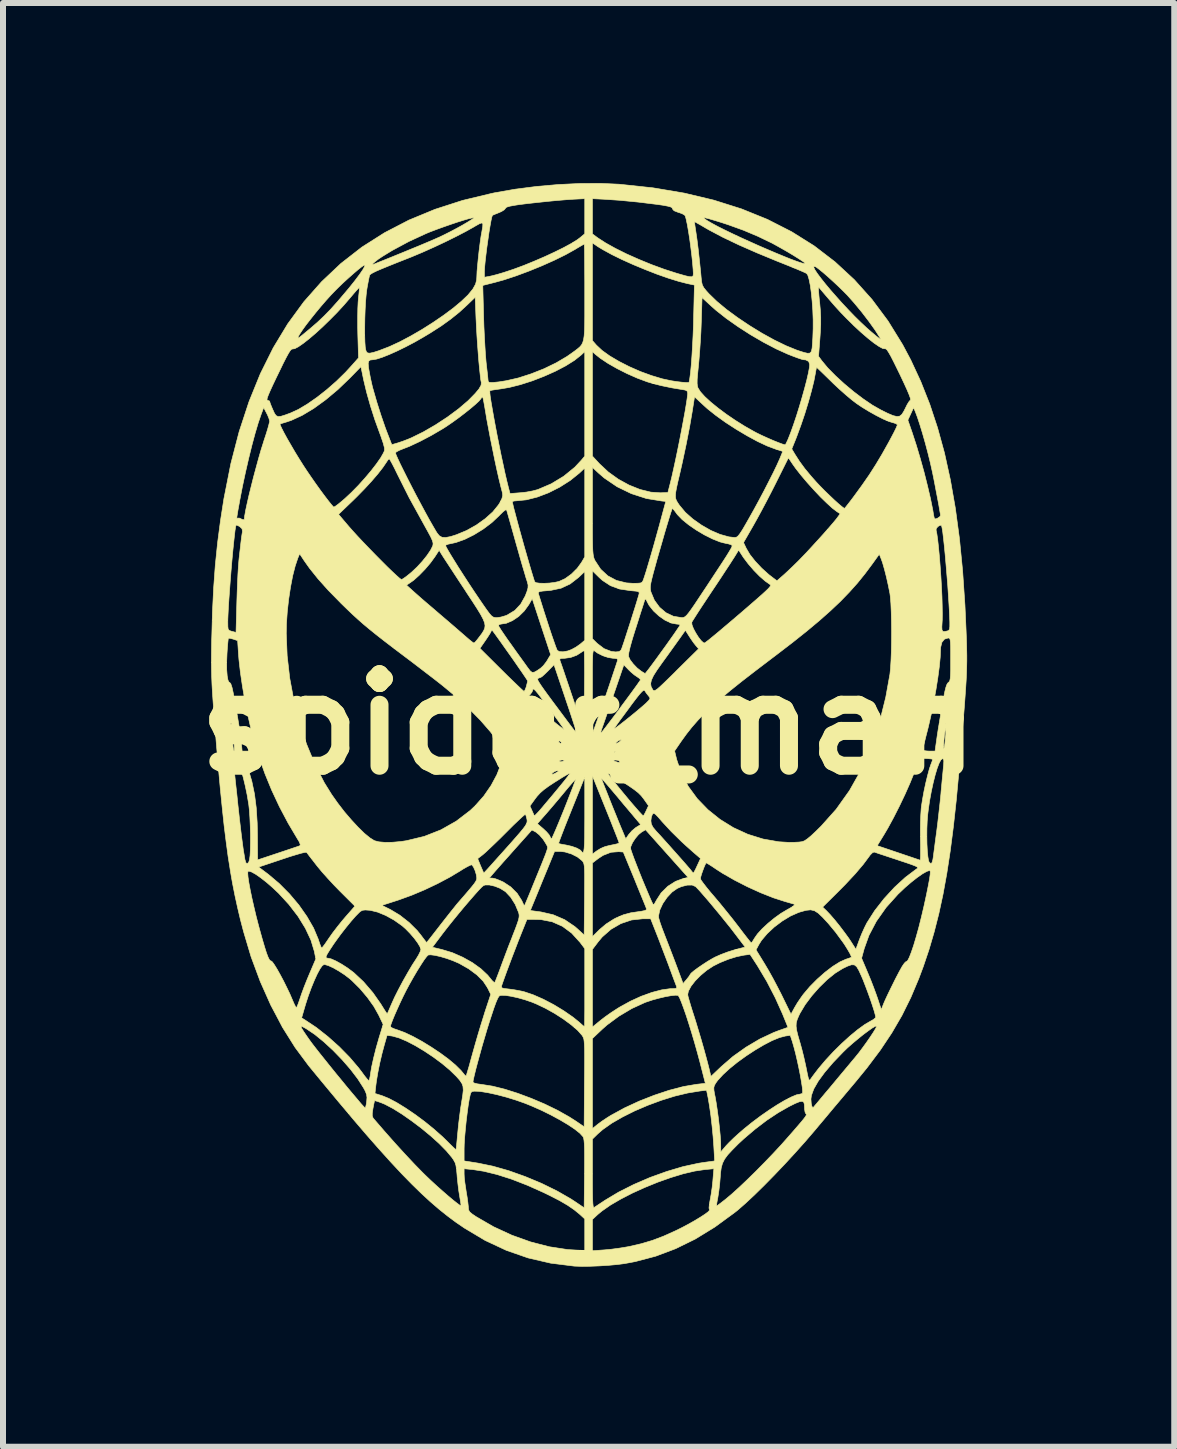
<source format=kicad_pcb>
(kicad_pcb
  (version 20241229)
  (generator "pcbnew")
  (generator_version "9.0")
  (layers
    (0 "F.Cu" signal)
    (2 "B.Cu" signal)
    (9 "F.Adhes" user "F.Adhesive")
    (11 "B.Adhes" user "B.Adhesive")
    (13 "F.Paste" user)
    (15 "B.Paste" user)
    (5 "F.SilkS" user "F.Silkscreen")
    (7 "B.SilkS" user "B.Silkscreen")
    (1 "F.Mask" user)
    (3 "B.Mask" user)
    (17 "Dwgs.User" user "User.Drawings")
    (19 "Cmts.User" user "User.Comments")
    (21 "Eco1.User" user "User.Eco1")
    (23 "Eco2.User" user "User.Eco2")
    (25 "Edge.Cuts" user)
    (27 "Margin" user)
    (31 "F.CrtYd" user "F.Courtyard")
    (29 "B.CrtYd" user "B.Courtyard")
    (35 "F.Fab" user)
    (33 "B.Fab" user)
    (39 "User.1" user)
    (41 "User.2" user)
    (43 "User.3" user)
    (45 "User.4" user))
  (footprint "spider_man"
    (layer "F.Cu")
    (at 6.756 9.018)
    (property "Reference" "spider_man" (at 0 0 0) (layer "F.SilkS") (effects (font (size 1.524 1.524) (thickness 0.3))))
    (attr through_hole)
    (fp_poly (pts (xy 0.51 -8.999) (xy 0.519 -8.998) (xy 1.072 -8.939) (xy 1.594 -8.851) (xy 2.085 -8.734) (xy 2.547 -8.588) (xy 2.979 -8.413) (xy 3.383 -8.207) (xy 3.758 -7.972) (xy 4.106 -7.705) (xy 4.427 -7.408) (xy 4.721 -7.08) (xy 4.989 -6.72) (xy 5.231 -6.328) (xy 5.368 -6.07) (xy 5.534 -5.712) (xy 5.683 -5.336) (xy 5.814 -4.94) (xy 5.929 -4.521) (xy 6.027 -4.075) (xy 6.11 -3.602) (xy 6.178 -3.098) (xy 6.231 -2.56) (xy 6.27 -1.986) (xy 6.288 -1.586) (xy 6.293 -1.462) (xy 6.297 -1.351) (xy 6.299 -1.25) (xy 6.301 -1.153) (xy 6.301 -1.058) (xy 6.299 -0.961) (xy 6.296 -0.857) (xy 6.291 -0.744) (xy 6.283 -0.617) (xy 6.273 -0.473) (xy 6.261 -0.307) (xy 6.246 -0.116) (xy 6.227 0.104) (xy 6.206 0.357) (xy 6.181 0.647) (xy 6.169 0.794) (xy 6.125 1.269) (xy 6.077 1.706) (xy 6.025 2.11) (xy 5.968 2.482) (xy 5.905 2.829) (xy 5.835 3.154) (xy 5.757 3.46) (xy 5.671 3.753) (xy 5.576 4.035) (xy 5.501 4.235) (xy 5.368 4.551) (xy 5.22 4.85) (xy 5.052 5.139) (xy 4.86 5.427) (xy 4.639 5.721) (xy 4.452 5.95) (xy 4.345 6.077) (xy 4.22 6.226) (xy 4.085 6.386) (xy 3.95 6.548) (xy 3.822 6.7) (xy 3.768 6.765) (xy 3.611 6.948) (xy 3.443 7.136) (xy 3.269 7.325) (xy 3.094 7.509) (xy 2.923 7.683) (xy 2.761 7.842) (xy 2.613 7.98) (xy 2.484 8.093) (xy 2.432 8.134) (xy 2.104 8.374) (xy 1.778 8.574) (xy 1.45 8.735) (xy 1.118 8.86) (xy 0.777 8.95) (xy 0.596 8.984) (xy 0.479 8.999) (xy 0.336 9.012) (xy 0.182 9.022) (xy 0.028 9.028) (xy -0.112 9.03) (xy -0.226 9.026) (xy -0.243 9.025) (xy -0.633 8.976) (xy -1.008 8.889) (xy -1.37 8.763) (xy -1.725 8.597) (xy -2.073 8.389) (xy -2.074 8.388) (xy -2.213 8.293) (xy -2.351 8.19) (xy -2.491 8.078) (xy -2.636 7.953) (xy -2.786 7.815) (xy -2.945 7.66) (xy -3.113 7.488) (xy -3.293 7.295) (xy -3.487 7.08) (xy -3.697 6.841) (xy -3.925 6.575) (xy -3.968 6.523) (xy -3.604 6.523) (xy -3.592 6.555) (xy -3.579 6.572) (xy -3.395 6.785) (xy -3.217 6.986) (xy -3.049 7.17) (xy -2.896 7.333) (xy -2.762 7.47) (xy -2.717 7.514) (xy -2.626 7.601) (xy -2.529 7.69) (xy -2.432 7.776) (xy -2.34 7.856) (xy -2.259 7.924) (xy -2.192 7.977) (xy -2.147 8.01) (xy -2.127 8.018) (xy -2.127 8.018) (xy -2.127 7.996) (xy -2.135 7.943) (xy -2.147 7.87) (xy -2.148 7.863) (xy -2.163 7.771) (xy -2.177 7.657) (xy -2.189 7.543) (xy -2.191 7.514) (xy -2.193 7.49) (xy -2.074 7.49) (xy -2.071 7.55) (xy -2.061 7.637) (xy -2.046 7.736) (xy -2.039 7.784) (xy -2.023 7.88) (xy -2.011 7.968) (xy -2.004 8.033) (xy -2.003 8.054) (xy -1.998 8.092) (xy -1.979 8.124) (xy -1.936 8.16) (xy -1.875 8.201) (xy -1.585 8.369) (xy -1.28 8.51) (xy -0.967 8.622) (xy -0.654 8.703) (xy -0.347 8.75) (xy -0.175 8.76) (xy -0.064 8.763) (xy -0.064 8.248) (xy 0.064 8.248) (xy 0.064 8.769) (xy 0.264 8.755) (xy 0.38 8.744) (xy 0.514 8.726) (xy 0.642 8.705) (xy 0.68 8.698) (xy 0.878 8.652) (xy 1.063 8.597) (xy 1.25 8.526) (xy 1.452 8.435) (xy 1.561 8.381) (xy 1.67 8.323) (xy 1.774 8.264) (xy 1.866 8.208) (xy 1.941 8.159) (xy 1.993 8.12) (xy 2.015 8.094) (xy 2.014 8.088) (xy 2.006 8.058) (xy 2.011 8.005) (xy 2.132 8.005) (xy 2.134 8.022) (xy 2.154 8.01) (xy 2.198 7.977) (xy 2.26 7.929) (xy 2.294 7.902) (xy 2.391 7.82) (xy 2.509 7.713) (xy 2.643 7.586) (xy 2.786 7.446) (xy 2.931 7.299) (xy 3.074 7.15) (xy 3.207 7.007) (xy 3.302 6.9) (xy 3.409 6.778) (xy 3.491 6.683) (xy 3.551 6.613) (xy 3.592 6.562) (xy 3.616 6.529) (xy 3.627 6.507) (xy 3.627 6.495) (xy 3.62 6.488) (xy 3.606 6.46) (xy 3.598 6.408) (xy 3.598 6.396) (xy 3.595 6.334) (xy 3.585 6.295) (xy 3.56 6.279) (xy 3.515 6.286) (xy 3.445 6.314) (xy 3.344 6.364) (xy 3.34 6.366) (xy 3.161 6.468) (xy 2.968 6.596) (xy 2.774 6.744) (xy 2.588 6.902) (xy 2.493 6.99) (xy 2.392 7.092) (xy 2.317 7.173) (xy 2.265 7.244) (xy 2.231 7.312) (xy 2.21 7.386) (xy 2.198 7.474) (xy 2.193 7.546) (xy 2.184 7.655) (xy 2.171 7.766) (xy 2.157 7.86) (xy 2.152 7.89) (xy 2.139 7.958) (xy 2.132 8.005) (xy 2.011 8.005) (xy 2.012 7.992) (xy 2.024 7.927) (xy 2.041 7.832) (xy 2.058 7.717) (xy 2.07 7.606) (xy 2.071 7.591) (xy 2.087 7.403) (xy 1.936 7.417) (xy 1.768 7.442) (xy 1.577 7.487) (xy 1.37 7.55) (xy 1.155 7.626) (xy 0.939 7.714) (xy 0.731 7.808) (xy 0.537 7.908) (xy 0.365 8.008) (xy 0.223 8.107) (xy 0.153 8.165) (xy 0.064 8.248) (xy -0.064 8.248) (xy -0.064 8.239) (xy -0.149 8.161) (xy -0.24 8.087) (xy -0.349 8.012) (xy -0.481 7.935) (xy -0.644 7.851) (xy -0.751 7.799) (xy -1.019 7.679) (xy -1.279 7.578) (xy -1.523 7.5) (xy -1.747 7.445) (xy -1.928 7.417) (xy -2.074 7.403) (xy -2.074 7.49) (xy -2.193 7.49) (xy -2.2 7.417) (xy -2.21 7.349) (xy -2.226 7.298) (xy -2.252 7.252) (xy -2.277 7.216) (xy -2.369 7.106) (xy -2.489 6.984) (xy -2.63 6.857) (xy -2.786 6.728) (xy -2.948 6.606) (xy -3.108 6.494) (xy -3.259 6.4) (xy -3.394 6.329) (xy -3.452 6.305) (xy -3.513 6.283) (xy -3.554 6.271) (xy -3.566 6.27) (xy -3.571 6.292) (xy -3.582 6.344) (xy -3.593 6.403) (xy -3.604 6.477) (xy -3.604 6.523) (xy -3.968 6.523) (xy -4.172 6.281) (xy -4.441 5.957) (xy -4.664 5.686) (xy -4.889 5.383) (xy -5.101 5.045) (xy -5.105 5.037) (xy -4.792 5.037) (xy -4.779 5.065) (xy -4.746 5.118) (xy -4.691 5.199) (xy -4.651 5.256) (xy -4.614 5.307) (xy -4.557 5.381) (xy -4.485 5.473) (xy -4.4 5.579) (xy -4.308 5.694) (xy -4.211 5.814) (xy -4.113 5.933) (xy -4.019 6.048) (xy -3.931 6.153) (xy -3.854 6.244) (xy -3.792 6.318) (xy -3.747 6.367) (xy -3.724 6.39) (xy -3.723 6.391) (xy -3.714 6.373) (xy -3.703 6.325) (xy -3.697 6.282) (xy -3.692 6.215) (xy -3.7 6.161) (xy -3.705 6.149) (xy -3.559 6.149) (xy -3.441 6.186) (xy -3.33 6.231) (xy -3.197 6.301) (xy -3.048 6.393) (xy -2.89 6.5) (xy -2.731 6.618) (xy -2.577 6.743) (xy -2.435 6.869) (xy -2.361 6.941) (xy -2.299 7.003) (xy -2.248 7.052) (xy -2.217 7.08) (xy -2.209 7.084) (xy -2.206 7.068) (xy -2.074 7.068) (xy -2.074 7.273) (xy -1.845 7.309) (xy -1.597 7.36) (xy -1.33 7.436) (xy -1.055 7.534) (xy -0.784 7.647) (xy -0.527 7.773) (xy -0.295 7.906) (xy -0.222 7.954) (xy -0.074 8.054) (xy -0.068 7.485) (xy -0.067 7.309) (xy -0.067 7.171) (xy -0.068 7.066) (xy -0.071 6.988) (xy -0.076 6.933) (xy -0.08 6.909) (xy 0.064 6.909) (xy 0.064 7.488) (xy 0.064 7.665) (xy 0.065 7.804) (xy 0.067 7.907) (xy 0.071 7.98) (xy 0.076 8.025) (xy 0.082 8.047) (xy 0.09 8.05) (xy 0.119 8.031) (xy 0.173 7.995) (xy 0.243 7.949) (xy 0.271 7.93) (xy 0.498 7.794) (xy 0.752 7.666) (xy 1.023 7.549) (xy 1.301 7.449) (xy 1.573 7.368) (xy 1.83 7.312) (xy 1.906 7.3) (xy 2.1 7.273) (xy 2.086 7.028) (xy 2.074 6.867) (xy 2.057 6.693) (xy 2.037 6.518) (xy 2.014 6.357) (xy 1.991 6.222) (xy 1.988 6.207) (xy 1.965 6.095) (xy 1.856 6.108) (xy 1.653 6.141) (xy 1.436 6.193) (xy 1.211 6.263) (xy 0.987 6.346) (xy 0.769 6.439) (xy 0.567 6.54) (xy 0.386 6.644) (xy 0.236 6.75) (xy 0.153 6.822) (xy 0.064 6.909) (xy -0.08 6.909) (xy -0.082 6.896) (xy -0.091 6.872) (xy -0.095 6.867) (xy -0.145 6.812) (xy -0.229 6.745) (xy -0.341 6.67) (xy -0.474 6.591) (xy -0.623 6.51) (xy -0.781 6.432) (xy -0.943 6.36) (xy -1.059 6.313) (xy -1.209 6.26) (xy -1.368 6.211) (xy -1.527 6.169) (xy -1.674 6.137) (xy -1.797 6.117) (xy -1.84 6.113) (xy -1.906 6.111) (xy -1.942 6.117) (xy -1.961 6.136) (xy -1.972 6.17) (xy -1.988 6.242) (xy -2.005 6.345) (xy -2.022 6.471) (xy -2.039 6.609) (xy -2.053 6.749) (xy -2.065 6.881) (xy -2.072 6.995) (xy -2.074 7.068) (xy -2.206 7.068) (xy -2.205 7.063) (xy -2.199 7.007) (xy -2.191 6.924) (xy -2.182 6.824) (xy -2.18 6.805) (xy -2.167 6.671) (xy -2.149 6.523) (xy -2.13 6.382) (xy -2.115 6.291) (xy -2.097 6.177) (xy -2.088 6.094) (xy -2.093 6.031) (xy -2.112 5.979) (xy -2.125 5.961) (xy -1.926 5.961) (xy -1.906 5.975) (xy -1.852 5.989) (xy -1.779 5.999) (xy -1.602 6.027) (xy -1.4 6.077) (xy -1.182 6.146) (xy -0.957 6.23) (xy -0.733 6.325) (xy -0.519 6.429) (xy -0.325 6.538) (xy -0.212 6.61) (xy -0.074 6.704) (xy -0.069 5.975) (xy -0.067 5.78) (xy -0.066 5.623) (xy -0.066 5.499) (xy -0.067 5.404) (xy -0.07 5.333) (xy -0.074 5.281) (xy -0.079 5.245) (xy -0.083 5.233) (xy 0.064 5.233) (xy 0.064 6.734) (xy 0.153 6.662) (xy 0.222 6.611) (xy 0.306 6.555) (xy 0.37 6.515) (xy 0.597 6.391) (xy 0.841 6.278) (xy 1.093 6.179) (xy 1.342 6.096) (xy 1.516 6.051) (xy 2.086 6.051) (xy 2.088 6.095) (xy 2.099 6.162) (xy 2.107 6.197) (xy 2.125 6.3) (xy 2.144 6.427) (xy 2.163 6.566) (xy 2.179 6.708) (xy 2.192 6.839) (xy 2.2 6.948) (xy 2.201 7.006) (xy 2.202 7.123) (xy 2.29 7.02) (xy 2.341 6.966) (xy 2.415 6.894) (xy 2.502 6.815) (xy 2.591 6.738) (xy 2.725 6.63) (xy 2.865 6.525) (xy 3.006 6.427) (xy 3.141 6.339) (xy 3.266 6.265) (xy 3.312 6.242) (xy 3.704 6.242) (xy 3.709 6.315) (xy 3.72 6.364) (xy 3.736 6.383) (xy 3.747 6.378) (xy 3.764 6.357) (xy 3.805 6.309) (xy 3.864 6.238) (xy 3.937 6.15) (xy 4.021 6.051) (xy 4.045 6.022) (xy 4.139 5.909) (xy 4.234 5.795) (xy 4.321 5.691) (xy 4.395 5.602) (xy 4.449 5.538) (xy 4.45 5.536) (xy 4.506 5.467) (xy 4.567 5.385) (xy 4.63 5.298) (xy 4.689 5.213) (xy 4.74 5.136) (xy 4.778 5.074) (xy 4.798 5.035) (xy 4.8 5.025) (xy 4.776 5.03) (xy 4.727 5.058) (xy 4.659 5.106) (xy 4.577 5.167) (xy 4.489 5.238) (xy 4.398 5.314) (xy 4.313 5.389) (xy 4.242 5.458) (xy 4.072 5.635) (xy 3.933 5.798) (xy 3.826 5.944) (xy 3.752 6.073) (xy 3.712 6.182) (xy 3.704 6.242) (xy 3.312 6.242) (xy 3.375 6.209) (xy 3.463 6.172) (xy 3.523 6.16) (xy 3.557 6.15) (xy 3.563 6.144) (xy 3.566 6.112) (xy 3.56 6.047) (xy 3.546 5.956) (xy 3.527 5.846) (xy 3.503 5.725) (xy 3.476 5.6) (xy 3.448 5.48) (xy 3.419 5.37) (xy 3.394 5.284) (xy 3.36 5.181) (xy 3.279 5.192) (xy 3.18 5.218) (xy 3.057 5.268) (xy 2.919 5.34) (xy 2.772 5.427) (xy 2.624 5.524) (xy 2.48 5.628) (xy 2.349 5.734) (xy 2.238 5.836) (xy 2.152 5.93) (xy 2.117 5.978) (xy 2.096 6.016) (xy 2.086 6.051) (xy 1.516 6.051) (xy 1.579 6.034) (xy 1.795 5.997) (xy 1.803 5.996) (xy 1.945 5.98) (xy 1.853 5.62) (xy 1.811 5.464) (xy 1.766 5.304) (xy 1.719 5.145) (xy 1.672 4.993) (xy 1.627 4.853) (xy 1.584 4.73) (xy 1.547 4.63) (xy 1.517 4.558) (xy 1.495 4.52) (xy 1.49 4.515) (xy 1.447 4.512) (xy 1.373 4.52) (xy 1.278 4.537) (xy 1.172 4.562) (xy 1.065 4.591) (xy 0.966 4.624) (xy 0.94 4.633) (xy 0.72 4.734) (xy 0.503 4.863) (xy 0.306 5.009) (xy 0.229 5.077) (xy 0.064 5.233) (xy -0.083 5.233) (xy -0.087 5.22) (xy -0.097 5.2) (xy -0.108 5.182) (xy -0.182 5.098) (xy -0.289 5.006) (xy -0.419 4.91) (xy -0.565 4.816) (xy -0.719 4.73) (xy -0.873 4.657) (xy -0.944 4.628) (xy -1.057 4.589) (xy -1.174 4.556) (xy -1.286 4.531) (xy -1.382 4.516) (xy -1.453 4.514) (xy -1.477 4.518) (xy -1.495 4.532) (xy -1.516 4.569) (xy -1.543 4.632) (xy -1.577 4.725) (xy -1.619 4.852) (xy -1.647 4.937) (xy -1.688 5.068) (xy -1.73 5.21) (xy -1.773 5.356) (xy -1.813 5.501) (xy -1.85 5.636) (xy -1.882 5.757) (xy -1.906 5.856) (xy -1.922 5.927) (xy -1.926 5.961) (xy -2.125 5.961) (xy -2.148 5.927) (xy -2.204 5.864) (xy -2.206 5.862) (xy -2.314 5.757) (xy -2.443 5.649) (xy -2.586 5.543) (xy -2.736 5.443) (xy -2.886 5.353) (xy -3.028 5.279) (xy -3.155 5.225) (xy -3.261 5.195) (xy -3.276 5.192) (xy -3.358 5.181) (xy -3.404 5.342) (xy -3.442 5.484) (xy -3.479 5.641) (xy -3.511 5.8) (xy -3.535 5.944) (xy -3.545 6.022) (xy -3.559 6.149) (xy -3.705 6.149) (xy -3.724 6.103) (xy -3.75 6.055) (xy -3.845 5.907) (xy -3.966 5.748) (xy -4.106 5.587) (xy -4.257 5.431) (xy -4.412 5.288) (xy -4.563 5.165) (xy -4.703 5.071) (xy -4.721 5.061) (xy -4.761 5.039) (xy -4.785 5.03) (xy -4.792 5.037) (xy -5.105 5.037) (xy -5.182 4.89) (xy -4.781 4.89) (xy -4.724 4.925) (xy -4.536 5.05) (xy -4.343 5.202) (xy -4.154 5.371) (xy -3.981 5.547) (xy -3.832 5.722) (xy -3.778 5.793) (xy -3.729 5.86) (xy -3.689 5.909) (xy -3.664 5.934) (xy -3.66 5.935) (xy -3.65 5.912) (xy -3.639 5.86) (xy -3.633 5.816) (xy -3.614 5.704) (xy -3.582 5.56) (xy -3.54 5.393) (xy -3.488 5.211) (xy -3.479 5.182) (xy -3.434 5.035) (xy -3.302 5.035) (xy -3.302 5.035) (xy -3.283 5.052) (xy -3.235 5.073) (xy -3.184 5.09) (xy -3.064 5.134) (xy -2.925 5.2) (xy -2.775 5.282) (xy -2.622 5.376) (xy -2.472 5.476) (xy -2.335 5.577) (xy -2.218 5.675) (xy -2.128 5.764) (xy -2.098 5.8) (xy -2.066 5.84) (xy -2.044 5.858) (xy -2.041 5.858) (xy -2.033 5.836) (xy -2.016 5.779) (xy -1.991 5.695) (xy -1.962 5.589) (xy -1.929 5.47) (xy -1.887 5.321) (xy -1.84 5.159) (xy -1.792 5) (xy -1.748 4.859) (xy -1.728 4.794) (xy -1.63 4.498) (xy -1.685 4.386) (xy -1.691 4.377) (xy -1.452 4.377) (xy -1.439 4.392) (xy -1.401 4.401) (xy -1.33 4.409) (xy -1.329 4.409) (xy -1.23 4.423) (xy -1.123 4.443) (xy -1.069 4.456) (xy -0.921 4.506) (xy -0.755 4.579) (xy -0.581 4.67) (xy -0.413 4.772) (xy -0.26 4.878) (xy -0.159 4.96) (xy -0.111 5.003) (xy -0.078 5.03) (xy -0.069 5.037) (xy -0.067 5.017) (xy -0.066 4.959) (xy -0.065 4.87) (xy -0.064 4.753) (xy -0.064 4.615) (xy -0.064 4.46) (xy -0.064 4.387) (xy -0.064 3.749) (xy 0.064 3.749) (xy 0.064 5.042) (xy 0.196 4.934) (xy 0.275 4.873) (xy 0.374 4.803) (xy 0.477 4.736) (xy 0.519 4.71) (xy 0.695 4.613) (xy 0.876 4.53) (xy 0.958 4.501) (xy 1.651 4.501) (xy 1.657 4.533) (xy 1.675 4.597) (xy 1.701 4.685) (xy 1.733 4.788) (xy 1.747 4.83) (xy 1.786 4.953) (xy 1.828 5.093) (xy 1.873 5.243) (xy 1.916 5.393) (xy 1.955 5.535) (xy 1.988 5.659) (xy 2.013 5.757) (xy 2.021 5.794) (xy 2.032 5.841) (xy 2.039 5.863) (xy 2.039 5.863) (xy 2.055 5.849) (xy 2.094 5.812) (xy 2.152 5.757) (xy 2.213 5.699) (xy 2.405 5.533) (xy 2.623 5.378) (xy 2.853 5.242) (xy 3.083 5.134) (xy 3.169 5.101) (xy 3.322 5.047) (xy 3.313 5.026) (xy 3.457 5.026) (xy 3.465 5.092) (xy 3.486 5.179) (xy 3.52 5.296) (xy 3.522 5.302) (xy 3.552 5.41) (xy 3.584 5.538) (xy 3.613 5.667) (xy 3.625 5.723) (xy 3.645 5.823) (xy 3.659 5.886) (xy 3.671 5.92) (xy 3.682 5.928) (xy 3.694 5.917) (xy 3.703 5.904) (xy 3.732 5.863) (xy 3.779 5.801) (xy 3.832 5.732) (xy 3.837 5.726) (xy 3.952 5.59) (xy 4.08 5.452) (xy 4.216 5.318) (xy 4.352 5.194) (xy 4.483 5.086) (xy 4.6 5.001) (xy 4.694 4.946) (xy 4.747 4.916) (xy 4.779 4.888) (xy 4.784 4.879) (xy 4.776 4.841) (xy 4.757 4.772) (xy 4.728 4.681) (xy 4.692 4.575) (xy 4.652 4.464) (xy 4.611 4.355) (xy 4.573 4.257) (xy 4.548 4.198) (xy 4.503 4.1) (xy 4.466 4.037) (xy 4.428 4.007) (xy 4.38 4.005) (xy 4.314 4.028) (xy 4.232 4.068) (xy 4.108 4.145) (xy 3.975 4.252) (xy 3.842 4.382) (xy 3.717 4.524) (xy 3.607 4.671) (xy 3.521 4.815) (xy 3.501 4.856) (xy 3.475 4.918) (xy 3.46 4.971) (xy 3.457 5.026) (xy 3.313 5.026) (xy 3.23 4.822) (xy 3.11 4.555) (xy 2.969 4.283) (xy 2.817 4.028) (xy 2.803 4.006) (xy 2.69 3.832) (xy 2.588 3.845) (xy 2.467 3.87) (xy 2.329 3.913) (xy 2.19 3.969) (xy 2.078 4.025) (xy 1.968 4.097) (xy 1.866 4.182) (xy 1.777 4.272) (xy 1.707 4.362) (xy 1.663 4.444) (xy 1.651 4.501) (xy 0.958 4.501) (xy 1.053 4.466) (xy 1.218 4.423) (xy 1.361 4.403) (xy 1.389 4.403) (xy 1.445 4.401) (xy 1.468 4.392) (xy 1.467 4.37) (xy 1.461 4.355) (xy 1.446 4.316) (xy 1.42 4.247) (xy 1.388 4.161) (xy 1.364 4.096) (xy 1.328 3.998) (xy 1.281 3.875) (xy 1.229 3.739) (xy 1.178 3.605) (xy 1.161 3.561) (xy 1.034 3.239) (xy 0.899 3.239) (xy 0.715 3.259) (xy 0.537 3.319) (xy 0.373 3.414) (xy 0.228 3.541) (xy 0.164 3.617) (xy 0.064 3.749) (xy -0.064 3.749) (xy -0.064 3.736) (xy -0.143 3.631) (xy -0.282 3.478) (xy -0.436 3.364) (xy -0.606 3.289) (xy -0.79 3.253) (xy -0.857 3.25) (xy -1.027 3.249) (xy -1.129 3.503) (xy -1.17 3.606) (xy -1.216 3.726) (xy -1.266 3.855) (xy -1.315 3.985) (xy -1.361 4.108) (xy -1.4 4.215) (xy -1.43 4.299) (xy -1.448 4.352) (xy -1.448 4.352) (xy -1.452 4.377) (xy -1.691 4.377) (xy -1.756 4.279) (xy -1.862 4.173) (xy -1.998 4.072) (xy -2.155 3.983) (xy -2.17 3.976) (xy -2.263 3.936) (xy -2.366 3.899) (xy -2.468 3.869) (xy -2.56 3.848) (xy -2.632 3.839) (xy -2.671 3.842) (xy -2.696 3.866) (xy -2.738 3.921) (xy -2.791 4.002) (xy -2.853 4.101) (xy -2.919 4.213) (xy -2.986 4.332) (xy -3.039 4.431) (xy -3.088 4.529) (xy -3.139 4.636) (xy -3.188 4.744) (xy -3.233 4.846) (xy -3.269 4.934) (xy -3.293 4.999) (xy -3.302 5.035) (xy -3.434 5.035) (xy -3.423 4.998) (xy -3.497 4.843) (xy -3.577 4.7) (xy -3.685 4.549) (xy -3.81 4.401) (xy -3.942 4.27) (xy -3.976 4.24) (xy -4.063 4.173) (xy -4.158 4.111) (xy -4.252 4.057) (xy -4.335 4.019) (xy -4.397 4.001) (xy -4.408 4.001) (xy -4.437 4.02) (xy -4.475 4.074) (xy -4.52 4.157) (xy -4.569 4.264) (xy -4.62 4.388) (xy -4.67 4.524) (xy -4.716 4.666) (xy -4.737 4.738) (xy -4.781 4.89) (xy -5.182 4.89) (xy -5.295 4.677) (xy -5.47 4.284) (xy -5.623 3.872) (xy -5.748 3.453) (xy -5.801 3.251) (xy -5.848 3.052) (xy -5.892 2.851) (xy -5.933 2.644) (xy -5.962 2.478) (xy -5.679 2.478) (xy -5.674 2.543) (xy -5.66 2.637) (xy -5.638 2.755) (xy -5.61 2.891) (xy -5.576 3.04) (xy -5.539 3.196) (xy -5.498 3.354) (xy -5.483 3.41) (xy -5.436 3.579) (xy -5.397 3.711) (xy -5.366 3.809) (xy -5.34 3.877) (xy -5.319 3.919) (xy -5.301 3.939) (xy -5.288 3.942) (xy -5.268 3.958) (xy -5.234 4.006) (xy -5.189 4.079) (xy -5.138 4.17) (xy -5.083 4.273) (xy -5.029 4.382) (xy -4.978 4.488) (xy -4.936 4.586) (xy -4.931 4.598) (xy -4.903 4.662) (xy -4.88 4.706) (xy -4.869 4.72) (xy -4.857 4.701) (xy -4.837 4.652) (xy -4.813 4.582) (xy -4.808 4.567) (xy -4.78 4.485) (xy -4.741 4.379) (xy -4.695 4.263) (xy -4.652 4.16) (xy -4.544 3.907) (xy -4.549 3.885) (xy -4.374 3.885) (xy -4.36 3.894) (xy -4.345 3.895) (xy -4.289 3.907) (xy -4.21 3.942) (xy -4.116 3.994) (xy -4.018 4.057) (xy -3.924 4.127) (xy -3.911 4.137) (xy -3.749 4.289) (xy -3.595 4.468) (xy -3.462 4.658) (xy -3.446 4.684) (xy -3.405 4.75) (xy -3.373 4.799) (xy -3.356 4.821) (xy -3.354 4.821) (xy -3.344 4.8) (xy -3.322 4.75) (xy -3.292 4.68) (xy -3.282 4.657) (xy -3.233 4.548) (xy -3.167 4.417) (xy -3.091 4.274) (xy -3.011 4.133) (xy -2.935 4.004) (xy -2.875 3.912) (xy -2.834 3.845) (xy -2.805 3.786) (xy -2.794 3.75) (xy -2.806 3.713) (xy -2.602 3.713) (xy -2.44 3.752) (xy -2.269 3.804) (xy -2.098 3.879) (xy -1.937 3.969) (xy -1.795 4.071) (xy -1.682 4.177) (xy -1.647 4.22) (xy -1.607 4.269) (xy -1.576 4.297) (xy -1.564 4.3) (xy -1.552 4.276) (xy -1.53 4.22) (xy -1.5 4.142) (xy -1.471 4.064) (xy -1.433 3.961) (xy -1.385 3.833) (xy -1.333 3.695) (xy -1.28 3.561) (xy -1.267 3.526) (xy -1.22 3.406) (xy -1.188 3.318) (xy -1.167 3.255) (xy -1.158 3.21) (xy -1.157 3.176) (xy -1.163 3.145) (xy -1.166 3.134) (xy -1.18 3.101) (xy -0.971 3.101) (xy -0.793 3.125) (xy -0.589 3.172) (xy -0.399 3.254) (xy -0.23 3.368) (xy -0.191 3.402) (xy -0.074 3.509) (xy -0.068 2.915) (xy -0.067 2.741) (xy -0.066 2.605) (xy -0.066 2.5) (xy -0.068 2.423) (xy -0.071 2.368) (xy -0.077 2.331) (xy -0.083 2.309) (xy 0.064 2.309) (xy 0.064 3.536) (xy 0.182 3.419) (xy 0.292 3.326) (xy 0.419 3.245) (xy 0.457 3.225) (xy 0.503 3.205) (xy 1.164 3.205) (xy 1.172 3.24) (xy 1.192 3.306) (xy 1.223 3.394) (xy 1.262 3.496) (xy 1.277 3.535) (xy 1.328 3.666) (xy 1.384 3.811) (xy 1.438 3.952) (xy 1.482 4.069) (xy 1.574 4.318) (xy 1.633 4.249) (xy 1.669 4.204) (xy 1.69 4.172) (xy 1.692 4.166) (xy 1.71 4.144) (xy 1.756 4.105) (xy 1.822 4.056) (xy 1.901 4.002) (xy 1.984 3.948) (xy 2.062 3.902) (xy 2.106 3.878) (xy 2.203 3.835) (xy 2.317 3.792) (xy 2.425 3.758) (xy 2.428 3.757) (xy 2.79 3.757) (xy 2.933 3.99) (xy 2.997 4.098) (xy 3.07 4.229) (xy 3.144 4.369) (xy 3.212 4.501) (xy 3.224 4.526) (xy 3.372 4.829) (xy 3.432 4.718) (xy 3.48 4.637) (xy 3.54 4.549) (xy 3.576 4.499) (xy 3.685 4.37) (xy 3.808 4.246) (xy 3.938 4.131) (xy 4.066 4.033) (xy 4.186 3.958) (xy 4.286 3.913) (xy 4.339 3.896) (xy 4.548 3.896) (xy 4.653 4.144) (xy 4.701 4.26) (xy 4.749 4.384) (xy 4.791 4.498) (xy 4.817 4.572) (xy 4.876 4.752) (xy 4.918 4.646) (xy 4.943 4.589) (xy 4.982 4.505) (xy 5.032 4.402) (xy 5.087 4.291) (xy 5.11 4.244) (xy 5.175 4.12) (xy 5.224 4.032) (xy 5.261 3.978) (xy 5.286 3.954) (xy 5.293 3.953) (xy 5.315 3.936) (xy 5.343 3.882) (xy 5.377 3.795) (xy 5.416 3.68) (xy 5.457 3.542) (xy 5.501 3.384) (xy 5.544 3.212) (xy 5.587 3.03) (xy 5.628 2.842) (xy 5.63 2.832) (xy 5.659 2.688) (xy 5.679 2.581) (xy 5.69 2.506) (xy 5.693 2.46) (xy 5.688 2.438) (xy 5.682 2.434) (xy 5.635 2.449) (xy 5.564 2.489) (xy 5.476 2.55) (xy 5.377 2.628) (xy 5.272 2.718) (xy 5.17 2.815) (xy 5.156 2.828) (xy 4.956 3.051) (xy 4.794 3.281) (xy 4.671 3.515) (xy 4.592 3.735) (xy 4.548 3.896) (xy 4.339 3.896) (xy 4.34 3.895) (xy 4.374 3.883) (xy 4.378 3.881) (xy 4.374 3.861) (xy 4.352 3.814) (xy 4.315 3.75) (xy 4.269 3.676) (xy 4.239 3.632) (xy 4.116 3.464) (xy 3.994 3.317) (xy 3.897 3.212) (xy 3.826 3.145) (xy 3.764 3.105) (xy 3.7 3.09) (xy 3.622 3.098) (xy 3.519 3.127) (xy 3.495 3.135) (xy 3.364 3.193) (xy 3.227 3.276) (xy 3.094 3.376) (xy 2.976 3.486) (xy 2.881 3.598) (xy 2.836 3.67) (xy 2.79 3.757) (xy 2.428 3.757) (xy 2.431 3.756) (xy 2.608 3.71) (xy 2.433 3.48) (xy 2.361 3.386) (xy 2.276 3.281) (xy 2.185 3.168) (xy 2.091 3.055) (xy 2.001 2.947) (xy 1.918 2.851) (xy 1.85 2.773) (xy 1.799 2.719) (xy 1.782 2.702) (xy 1.725 2.677) (xy 1.643 2.678) (xy 1.546 2.703) (xy 1.479 2.732) (xy 1.39 2.794) (xy 1.307 2.883) (xy 1.236 2.986) (xy 1.186 3.093) (xy 1.165 3.192) (xy 1.164 3.205) (xy 0.503 3.205) (xy 0.581 3.172) (xy 0.704 3.139) (xy 0.793 3.126) (xy 0.882 3.113) (xy 0.936 3.102) (xy 0.961 3.089) (xy 0.964 3.072) (xy 0.963 3.07) (xy 0.953 3.042) (xy 0.928 2.98) (xy 0.892 2.892) (xy 0.847 2.782) (xy 0.796 2.657) (xy 0.766 2.582) (xy 0.578 2.127) (xy 0.502 2.121) (xy 0.372 2.131) (xy 0.242 2.182) (xy 0.162 2.234) (xy 0.064 2.309) (xy -0.083 2.309) (xy -0.085 2.306) (xy -0.095 2.287) (xy -0.109 2.271) (xy -0.111 2.269) (xy -0.186 2.209) (xy -0.281 2.161) (xy 0.064 2.161) (xy 0.132 2.11) (xy 0.198 2.069) (xy 0.214 2.062) (xy 0.699 2.062) (xy 0.706 2.092) (xy 0.727 2.153) (xy 0.758 2.238) (xy 0.798 2.341) (xy 0.843 2.455) (xy 0.89 2.573) (xy 0.938 2.688) (xy 0.983 2.795) (xy 1.022 2.887) (xy 1.053 2.957) (xy 1.074 2.998) (xy 1.08 3.006) (xy 1.097 2.989) (xy 1.121 2.946) (xy 1.128 2.933) (xy 1.209 2.807) (xy 1.319 2.698) (xy 1.448 2.616) (xy 1.56 2.574) (xy 1.567 2.572) (xy 1.863 2.572) (xy 1.876 2.598) (xy 1.913 2.649) (xy 1.968 2.72) (xy 2.037 2.804) (xy 2.087 2.862) (xy 2.185 2.978) (xy 2.293 3.111) (xy 2.4 3.244) (xy 2.492 3.363) (xy 2.505 3.38) (xy 2.573 3.47) (xy 2.632 3.546) (xy 2.677 3.603) (xy 2.704 3.635) (xy 2.71 3.64) (xy 2.726 3.624) (xy 2.752 3.582) (xy 2.762 3.565) (xy 2.813 3.492) (xy 2.891 3.406) (xy 2.989 3.315) (xy 3.096 3.227) (xy 3.203 3.15) (xy 3.295 3.095) (xy 3.373 3.051) (xy 3.384 3.044) (xy 3.899 3.044) (xy 3.962 3.104) (xy 4.024 3.169) (xy 4.101 3.258) (xy 4.184 3.361) (xy 4.265 3.468) (xy 4.337 3.567) (xy 4.368 3.614) (xy 4.453 3.747) (xy 4.512 3.585) (xy 4.551 3.488) (xy 4.596 3.388) (xy 4.637 3.306) (xy 4.638 3.305) (xy 4.766 3.104) (xy 4.922 2.904) (xy 5.096 2.715) (xy 5.278 2.548) (xy 5.46 2.411) (xy 5.461 2.411) (xy 5.478 2.399) (xy 5.483 2.387) (xy 5.473 2.375) (xy 5.441 2.359) (xy 5.385 2.337) (xy 5.299 2.307) (xy 5.177 2.267) (xy 5.149 2.257) (xy 5.03 2.218) (xy 4.925 2.183) (xy 4.84 2.155) (xy 4.782 2.135) (xy 4.758 2.127) (xy 4.731 2.137) (xy 4.694 2.173) (xy 4.678 2.195) (xy 4.576 2.332) (xy 4.442 2.49) (xy 4.275 2.669) (xy 4.148 2.797) (xy 3.899 3.044) (xy 3.384 3.044) (xy 3.42 3.019) (xy 3.433 3) (xy 3.429 2.997) (xy 3.392 2.986) (xy 3.33 2.968) (xy 3.27 2.951) (xy 3.078 2.889) (xy 2.866 2.805) (xy 2.646 2.705) (xy 2.431 2.595) (xy 2.232 2.481) (xy 2.128 2.414) (xy 2.057 2.366) (xy 2 2.33) (xy 1.966 2.31) (xy 1.96 2.307) (xy 1.948 2.325) (xy 1.927 2.371) (xy 1.904 2.432) (xy 1.882 2.494) (xy 1.867 2.546) (xy 1.863 2.572) (xy 1.567 2.572) (xy 1.657 2.549) (xy 0.949 1.756) (xy 0.884 1.794) (xy 0.832 1.836) (xy 0.778 1.9) (xy 0.732 1.97) (xy 0.704 2.034) (xy 0.699 2.062) (xy 0.214 2.062) (xy 0.268 2.039) (xy 0.275 2.036) (xy 0.35 2.017) (xy 0.428 2.001) (xy 0.429 2.001) (xy 0.48 1.989) (xy 0.507 1.976) (xy 0.508 1.973) (xy 0.5 1.95) (xy 0.479 1.893) (xy 0.445 1.807) (xy 0.402 1.698) (xy 0.351 1.569) (xy 0.294 1.428) (xy 0.286 1.408) (xy 0.079 0.896) (xy 0.212 0.896) (xy 0.219 0.917) (xy 0.24 0.972) (xy 0.272 1.053) (xy 0.312 1.153) (xy 0.357 1.267) (xy 0.405 1.387) (xy 0.454 1.507) (xy 0.5 1.621) (xy 0.542 1.723) (xy 0.555 1.753) (xy 0.619 1.907) (xy 0.669 1.834) (xy 0.722 1.773) (xy 0.785 1.72) (xy 0.793 1.715) (xy 0.868 1.669) (xy 0.816 1.607) (xy 1.038 1.607) (xy 1.045 1.661) (xy 1.073 1.715) (xy 1.127 1.78) (xy 1.197 1.855) (xy 1.277 1.944) (xy 1.363 2.04) (xy 1.45 2.138) (xy 1.532 2.23) (xy 1.605 2.313) (xy 1.662 2.379) (xy 1.7 2.423) (xy 1.71 2.437) (xy 1.735 2.468) (xy 1.746 2.477) (xy 1.758 2.459) (xy 1.782 2.413) (xy 1.809 2.355) (xy 1.865 2.234) (xy 1.742 2.128) (xy 1.622 2.021) (xy 4.809 2.021) (xy 5.161 2.14) (xy 5.276 2.179) (xy 5.377 2.213) (xy 5.456 2.24) (xy 5.507 2.257) (xy 5.524 2.263) (xy 5.528 2.243) (xy 5.53 2.189) (xy 5.53 2.105) (xy 5.53 2) (xy 5.528 1.91) (xy 5.528 1.865) (xy 5.635 1.865) (xy 5.637 1.991) (xy 5.643 2.106) (xy 5.652 2.201) (xy 5.663 2.268) (xy 5.675 2.299) (xy 5.702 2.319) (xy 5.721 2.304) (xy 5.736 2.251) (xy 5.743 2.207) (xy 5.75 2.15) (xy 5.762 2.061) (xy 5.776 1.951) (xy 5.792 1.832) (xy 5.798 1.789) (xy 5.816 1.647) (xy 5.835 1.481) (xy 5.854 1.31) (xy 5.87 1.153) (xy 5.872 1.122) (xy 5.884 0.996) (xy 5.895 0.877) (xy 5.905 0.775) (xy 5.912 0.7) (xy 5.915 0.672) (xy 5.918 0.608) (xy 5.91 0.577) (xy 5.895 0.572) (xy 5.869 0.592) (xy 5.839 0.648) (xy 5.806 0.735) (xy 5.773 0.846) (xy 5.74 0.977) (xy 5.709 1.121) (xy 5.681 1.273) (xy 5.659 1.427) (xy 5.65 1.501) (xy 5.641 1.612) (xy 5.636 1.736) (xy 5.635 1.865) (xy 5.528 1.865) (xy 5.527 1.774) (xy 5.529 1.635) (xy 5.534 1.507) (xy 5.541 1.402) (xy 5.545 1.365) (xy 5.564 1.245) (xy 5.588 1.112) (xy 5.617 0.977) (xy 5.648 0.85) (xy 5.677 0.742) (xy 5.703 0.666) (xy 5.704 0.664) (xy 5.723 0.614) (xy 5.732 0.584) (xy 5.731 0.581) (xy 5.709 0.576) (xy 5.658 0.571) (xy 5.621 0.569) (xy 5.516 0.562) (xy 5.425 0.805) (xy 5.356 0.975) (xy 5.272 1.165) (xy 5.178 1.362) (xy 5.081 1.553) (xy 4.987 1.726) (xy 4.926 1.83) (xy 4.809 2.021) (xy 1.622 2.021) (xy 1.549 1.954) (xy 1.375 1.783) (xy 1.228 1.624) (xy 1.215 1.609) (xy 1.155 1.54) (xy 1.115 1.499) (xy 1.09 1.483) (xy 1.073 1.487) (xy 1.064 1.497) (xy 1.046 1.542) (xy 1.038 1.603) (xy 1.038 1.607) (xy 0.816 1.607) (xy 0.81 1.6) (xy 0.778 1.563) (xy 0.725 1.499) (xy 0.655 1.416) (xy 0.573 1.319) (xy 0.487 1.215) (xy 0.482 1.209) (xy 0.399 1.111) (xy 0.327 1.026) (xy 0.269 0.959) (xy 0.23 0.914) (xy 0.212 0.896) (xy 0.212 0.896) (xy 0.079 0.896) (xy 0.064 0.857) (xy 0.064 2.161) (xy -0.281 2.161) (xy -0.286 2.159) (xy -0.393 2.126) (xy -0.469 2.117) (xy -0.567 2.117) (xy -0.673 2.376) (xy -0.725 2.502) (xy -0.783 2.643) (xy -0.838 2.778) (xy -0.875 2.868) (xy -0.971 3.101) (xy -1.18 3.101) (xy -1.222 3) (xy -1.297 2.881) (xy -1.382 2.79) (xy -1.393 2.782) (xy -1.473 2.732) (xy -1.564 2.696) (xy -1.651 2.676) (xy -1.723 2.676) (xy -1.75 2.685) (xy -1.779 2.709) (xy -1.83 2.762) (xy -1.897 2.837) (xy -1.978 2.93) (xy -2.068 3.035) (xy -2.161 3.147) (xy -2.255 3.262) (xy -2.344 3.373) (xy -2.424 3.476) (xy -2.452 3.513) (xy -2.602 3.713) (xy -2.806 3.713) (xy -2.809 3.705) (xy -2.848 3.64) (xy -2.905 3.563) (xy -2.974 3.483) (xy -3.048 3.407) (xy -3.107 3.355) (xy -3.24 3.261) (xy -3.379 3.184) (xy -3.515 3.128) (xy -3.637 3.098) (xy -3.648 3.097) (xy -3.72 3.092) (xy -3.766 3.097) (xy -3.802 3.116) (xy -3.823 3.135) (xy -3.883 3.196) (xy -3.959 3.283) (xy -4.043 3.386) (xy -4.128 3.495) (xy -4.206 3.602) (xy -4.252 3.667) (xy -4.313 3.76) (xy -4.353 3.824) (xy -4.372 3.864) (xy -4.374 3.885) (xy -4.549 3.885) (xy -4.57 3.779) (xy -4.626 3.594) (xy -4.718 3.398) (xy -4.841 3.198) (xy -4.993 3) (xy -5.163 2.815) (xy -5.265 2.719) (xy -5.366 2.631) (xy -5.461 2.557) (xy -5.545 2.498) (xy -5.613 2.46) (xy -5.659 2.445) (xy -5.675 2.449) (xy -5.679 2.478) (xy -5.962 2.478) (xy -5.97 2.429) (xy -5.978 2.377) (xy -5.497 2.377) (xy -5.335 2.499) (xy -5.155 2.651) (xy -4.984 2.823) (xy -4.827 3.009) (xy -4.692 3.202) (xy -4.582 3.393) (xy -4.505 3.576) (xy -4.496 3.604) (xy -4.474 3.668) (xy -4.456 3.712) (xy -4.446 3.725) (xy -4.43 3.709) (xy -4.396 3.665) (xy -4.352 3.601) (xy -4.325 3.561) (xy -4.263 3.473) (xy -4.184 3.37) (xy -4.101 3.267) (xy -4.055 3.213) (xy -3.893 3.028) (xy -3.906 3.015) (xy -3.444 3.015) (xy -3.302 3.085) (xy -3.144 3.18) (xy -2.991 3.3) (xy -2.856 3.434) (xy -2.794 3.511) (xy -2.749 3.571) (xy -2.715 3.615) (xy -2.698 3.634) (xy -2.697 3.635) (xy -2.684 3.617) (xy -2.648 3.572) (xy -2.595 3.504) (xy -2.529 3.419) (xy -2.463 3.334) (xy -2.384 3.233) (xy -2.31 3.139) (xy -2.246 3.059) (xy -2.199 3) (xy -2.177 2.974) (xy -2.075 2.857) (xy -1.998 2.767) (xy -1.942 2.7) (xy -1.904 2.652) (xy -1.881 2.617) (xy -1.868 2.591) (xy -1.864 2.57) (xy -1.863 2.561) (xy -1.654 2.561) (xy -1.603 2.561) (xy -1.558 2.57) (xy -1.492 2.595) (xy -1.42 2.627) (xy -1.297 2.708) (xy -1.19 2.815) (xy -1.113 2.936) (xy -1.102 2.961) (xy -1.082 3.004) (xy -1.07 3.022) (xy -1.069 3.022) (xy -1.06 3.002) (xy -1.037 2.948) (xy -1.003 2.867) (xy -0.961 2.765) (xy -0.913 2.647) (xy -0.904 2.625) (xy -0.837 2.461) (xy -0.784 2.332) (xy -0.745 2.234) (xy -0.716 2.161) (xy -0.698 2.109) (xy -0.687 2.074) (xy -0.684 2.05) (xy -0.686 2.035) (xy -0.692 2.022) (xy -0.7 2.007) (xy -0.714 1.983) (xy -0.5 1.983) (xy -0.499 1.984) (xy -0.477 1.991) (xy -0.424 2.002) (xy -0.375 2.01) (xy -0.279 2.032) (xy -0.195 2.062) (xy -0.136 2.096) (xy -0.117 2.117) (xy -0.102 2.135) (xy -0.09 2.134) (xy -0.081 2.112) (xy -0.074 2.065) (xy -0.069 1.99) (xy -0.066 1.883) (xy -0.065 1.741) (xy -0.064 1.561) (xy -0.064 1.508) (xy -0.064 0.878) (xy -0.285 1.428) (xy -0.342 1.57) (xy -0.394 1.7) (xy -0.437 1.811) (xy -0.47 1.898) (xy -0.492 1.958) (xy -0.5 1.983) (xy -0.714 1.983) (xy -0.755 1.918) (xy -0.82 1.842) (xy -0.882 1.792) (xy -0.886 1.79) (xy -0.945 1.76) (xy -1.24 2.09) (xy -1.332 2.194) (xy -1.419 2.291) (xy -1.494 2.376) (xy -1.553 2.443) (xy -1.59 2.486) (xy -1.594 2.49) (xy -1.654 2.561) (xy -1.863 2.561) (xy -1.863 2.558) (xy -1.871 2.503) (xy -1.891 2.437) (xy -1.917 2.378) (xy -1.943 2.342) (xy -1.946 2.34) (xy -1.971 2.346) (xy -2.022 2.371) (xy -2.092 2.411) (xy -2.145 2.445) (xy -2.318 2.548) (xy -2.518 2.654) (xy -2.733 2.756) (xy -2.947 2.846) (xy -3.148 2.919) (xy -3.167 2.926) (xy -3.444 3.015) (xy -3.906 3.015) (xy -4.143 2.779) (xy -4.242 2.677) (xy -4.344 2.567) (xy -4.439 2.461) (xy -4.516 2.368) (xy -4.539 2.339) (xy -4.599 2.261) (xy -4.618 2.237) (xy -1.848 2.237) (xy -1.799 2.357) (xy -1.772 2.419) (xy -1.753 2.463) (xy -1.745 2.477) (xy -1.731 2.461) (xy -1.692 2.419) (xy -1.633 2.354) (xy -1.559 2.271) (xy -1.472 2.174) (xy -1.426 2.123) (xy -1.307 1.99) (xy -1.214 1.884) (xy -1.143 1.802) (xy -1.091 1.739) (xy -1.056 1.692) (xy -1.036 1.657) (xy -1.035 1.655) (xy -0.854 1.655) (xy -0.756 1.738) (xy -0.701 1.79) (xy -0.66 1.837) (xy -0.645 1.863) (xy -0.629 1.897) (xy -0.618 1.905) (xy -0.606 1.886) (xy -0.582 1.833) (xy -0.546 1.751) (xy -0.502 1.646) (xy -0.451 1.522) (xy -0.407 1.414) (xy -0.354 1.28) (xy -0.307 1.159) (xy -0.267 1.057) (xy -0.238 0.98) (xy -0.221 0.931) (xy -0.218 0.918) (xy -0.233 0.931) (xy -0.269 0.971) (xy -0.322 1.032) (xy -0.385 1.107) (xy -0.393 1.117) (xy -0.476 1.217) (xy -0.568 1.326) (xy -0.655 1.428) (xy -0.707 1.488) (xy -0.854 1.655) (xy -1.035 1.655) (xy -1.026 1.63) (xy -1.024 1.607) (xy -1.027 1.583) (xy -1.028 1.577) (xy -1.041 1.527) (xy -1.051 1.498) (xy -1.068 1.508) (xy -1.11 1.544) (xy -1.172 1.602) (xy -1.251 1.677) (xy -1.341 1.767) (xy -1.371 1.797) (xy -1.47 1.896) (xy -1.565 1.988) (xy -1.649 2.068) (xy -1.716 2.131) (xy -1.761 2.17) (xy -1.766 2.174) (xy -1.848 2.237) (xy -4.618 2.237) (xy -4.65 2.196) (xy -4.685 2.149) (xy -4.7 2.131) (xy -4.724 2.132) (xy -4.781 2.145) (xy -4.865 2.169) (xy -4.971 2.201) (xy -5.091 2.241) (xy -5.106 2.246) (xy -5.497 2.377) (xy -5.978 2.377) (xy -6.006 2.2) (xy -6.039 1.954) (xy -6.072 1.688) (xy -6.103 1.398) (xy -6.135 1.08) (xy -6.167 0.729) (xy -6.175 0.634) (xy -5.904 0.634) (xy -5.904 0.719) (xy -5.895 0.843) (xy -5.886 0.931) (xy -5.875 1.033) (xy -5.861 1.158) (xy -5.848 1.284) (xy -5.842 1.344) (xy -5.829 1.46) (xy -5.815 1.589) (xy -5.799 1.723) (xy -5.784 1.851) (xy -5.769 1.965) (xy -5.757 2.056) (xy -5.749 2.114) (xy -5.748 2.117) (xy -5.738 2.174) (xy -5.727 2.243) (xy -5.726 2.25) (xy -5.709 2.306) (xy -5.685 2.321) (xy -5.662 2.295) (xy -5.649 2.253) (xy -5.64 2.186) (xy -5.635 2.087) (xy -5.633 1.965) (xy -5.633 1.829) (xy -5.637 1.688) (xy -5.643 1.552) (xy -5.651 1.431) (xy -5.662 1.333) (xy -5.663 1.328) (xy -5.689 1.173) (xy -5.72 1.024) (xy -5.753 0.887) (xy -5.787 0.768) (xy -5.82 0.672) (xy -5.851 0.607) (xy -5.878 0.577) (xy -5.879 0.577) (xy -5.896 0.587) (xy -5.904 0.634) (xy -6.175 0.634) (xy -6.18 0.572) (xy -5.728 0.572) (xy -5.669 0.749) (xy -5.61 0.951) (xy -5.566 1.162) (xy -5.537 1.39) (xy -5.521 1.643) (xy -5.517 1.844) (xy -5.514 2.258) (xy -5.175 2.145) (xy -5.061 2.107) (xy -4.96 2.073) (xy -4.88 2.046) (xy -4.827 2.028) (xy -4.81 2.022) (xy -4.803 2.002) (xy -4.821 1.956) (xy -4.855 1.9) (xy -5.005 1.647) (xy -5.15 1.373) (xy -5.281 1.093) (xy -5.392 0.822) (xy -5.42 0.744) (xy -5.453 0.653) (xy -5.476 0.596) (xy -5.496 0.567) (xy -5.515 0.557) (xy -5.533 0.559) (xy -5.585 0.567) (xy -5.65 0.571) (xy -5.653 0.571) (xy -5.728 0.572) (xy -6.18 0.572) (xy -6.2 0.343) (xy -6.22 0.093) (xy -5.943 0.093) (xy -5.943 0.147) (xy -5.939 0.218) (xy -5.932 0.295) (xy -5.924 0.366) (xy -5.916 0.42) (xy -5.908 0.444) (xy -5.907 0.445) (xy -5.902 0.425) (xy -5.902 0.375) (xy -5.908 0.304) (xy -5.909 0.302) (xy -5.917 0.22) (xy -5.923 0.149) (xy -5.926 0.108) (xy -5.93 0.073) (xy -5.939 0.068) (xy -5.943 0.093) (xy -6.22 0.093) (xy -6.224 0.042) (xy -6.228 -0.011) (xy -5.969 -0.011) (xy -5.958 0) (xy -5.948 -0.011) (xy -5.958 -0.021) (xy -5.969 -0.011) (xy -6.228 -0.011) (xy -6.241 -0.178) (xy -6.255 -0.364) (xy -6.266 -0.522) (xy -6.274 -0.661) (xy -6.279 -0.787) (xy -6.282 -0.909) (xy -6.284 -1.033) (xy -6.284 -1.035) (xy -6.03 -1.035) (xy -6.029 -0.908) (xy -6.021 -0.807) (xy -6.008 -0.736) (xy -5.989 -0.701) (xy -5.98 -0.699) (xy -5.961 -0.677) (xy -5.94 -0.614) (xy -5.917 -0.509) (xy -5.916 -0.503) (xy -5.876 -0.281) (xy -5.844 -0.097) (xy -5.819 0.054) (xy -5.801 0.176) (xy -5.789 0.272) (xy -5.786 0.3) (xy -5.772 0.445) (xy -5.646 0.445) (xy -5.576 0.443) (xy -5.541 0.437) (xy -5.531 0.424) (xy -5.535 0.407) (xy -5.545 0.375) (xy -5.563 0.309) (xy -5.587 0.218) (xy -5.615 0.111) (xy -5.632 0.046) (xy -5.68 -0.165) (xy -5.726 -0.396) (xy -5.767 -0.634) (xy -5.801 -0.866) (xy -5.825 -1.078) (xy -5.833 -1.179) (xy -5.847 -1.395) (xy -5.92 -1.42) (xy -5.97 -1.433) (xy -5.999 -1.436) (xy -6.001 -1.436) (xy -6.005 -1.412) (xy -6.011 -1.356) (xy -6.018 -1.274) (xy -6.024 -1.183) (xy -6.03 -1.035) (xy -6.284 -1.035) (xy -6.283 -1.168) (xy -6.281 -1.32) (xy -6.279 -1.418) (xy -6.276 -1.513) (xy -5.037 -1.513) (xy -5.022 -1.143) (xy -4.979 -0.768) (xy -4.909 -0.392) (xy -4.815 -0.024) (xy -4.698 0.33) (xy -4.56 0.664) (xy -4.404 0.97) (xy -4.281 1.168) (xy -4.178 1.314) (xy -4.067 1.458) (xy -3.952 1.592) (xy -3.84 1.713) (xy -3.736 1.815) (xy -3.643 1.891) (xy -3.568 1.938) (xy -3.567 1.938) (xy -3.494 1.957) (xy -3.391 1.966) (xy -3.266 1.964) (xy -3.13 1.952) (xy -3.035 1.938) (xy -2.737 1.866) (xy -2.46 1.757) (xy -2.204 1.612) (xy -1.972 1.434) (xy -1.894 1.36) (xy -0.977 1.36) (xy -0.94 1.443) (xy -0.903 1.526) (xy -0.855 1.477) (xy -0.826 1.446) (xy -0.776 1.388) (xy -0.71 1.309) (xy -0.632 1.217) (xy -0.553 1.122) (xy -0.474 1.026) (xy -0.405 0.942) (xy -0.352 0.874) (xy -0.317 0.828) (xy -0.308 0.815) (xy 0.321 0.815) (xy 0.331 0.833) (xy 0.364 0.878) (xy 0.415 0.943) (xy 0.479 1.023) (xy 0.552 1.112) (xy 0.629 1.205) (xy 0.705 1.296) (xy 0.776 1.378) (xy 0.836 1.447) (xy 0.882 1.497) (xy 0.907 1.522) (xy 0.91 1.523) (xy 0.925 1.506) (xy 0.948 1.462) (xy 0.959 1.439) (xy 0.998 1.355) (xy 0.92 1.244) (xy 0.878 1.19) (xy 0.827 1.139) (xy 0.759 1.086) (xy 0.667 1.022) (xy 0.585 0.969) (xy 0.493 0.912) (xy 0.415 0.865) (xy 0.357 0.832) (xy 0.325 0.816) (xy 0.321 0.815) (xy -0.308 0.815) (xy -0.305 0.81) (xy -0.305 0.81) (xy -0.324 0.818) (xy -0.372 0.845) (xy -0.443 0.887) (xy -0.528 0.941) (xy -0.553 0.956) (xy -0.663 1.028) (xy -0.744 1.087) (xy -0.806 1.141) (xy -0.857 1.197) (xy -0.886 1.234) (xy -0.977 1.36) (xy -1.894 1.36) (xy -1.886 1.352) (xy -1.746 1.194) (xy -1.625 1.019) (xy -1.528 0.838) (xy -1.523 0.826) (xy -0.614 0.826) (xy -0.598 0.833) (xy -0.559 0.816) (xy -0.551 0.812) (xy -0.511 0.786) (xy -0.495 0.769) (xy -0.495 0.768) (xy -0.52 0.768) (xy -0.561 0.784) (xy -0.598 0.806) (xy -0.614 0.826) (xy -1.523 0.826) (xy -1.499 0.763) (xy 0.502 0.763) (xy 0.503 0.773) (xy 0.533 0.797) (xy 0.561 0.815) (xy 0.617 0.85) (xy 0.644 0.864) (xy 0.651 0.86) (xy 0.645 0.842) (xy 0.644 0.839) (xy 0.616 0.809) (xy 0.566 0.78) (xy 0.515 0.764) (xy 0.502 0.763) (xy -1.499 0.763) (xy -1.459 0.66) (xy -1.448 0.612) (xy -0.487 0.612) (xy -0.47 0.623) (xy -0.445 0.62) (xy -0.41 0.608) (xy -0.402 0.601) (xy -0.413 0.597) (xy 0.411 0.597) (xy 0.413 0.604) (xy 0.434 0.614) (xy 0.486 0.631) (xy 0.517 0.631) (xy 0.519 0.614) (xy 0.49 0.599) (xy 0.449 0.594) (xy 0.411 0.597) (xy -0.413 0.597) (xy -0.42 0.594) (xy -0.445 0.593) (xy -0.479 0.601) (xy -0.487 0.612) (xy -1.448 0.612) (xy -1.429 0.528) (xy -1.424 0.475) (xy -1.426 0.455) (xy 0.423 0.455) (xy 0.434 0.466) (xy 0.445 0.455) (xy 0.434 0.445) (xy 0.423 0.455) (xy -1.426 0.455) (xy -1.428 0.443) (xy 1.433 0.443) (xy 1.468 0.587) (xy 1.546 0.817) (xy 1.662 1.035) (xy 1.81 1.237) (xy 1.988 1.421) (xy 2.19 1.583) (xy 2.413 1.721) (xy 2.653 1.831) (xy 2.906 1.91) (xy 3.168 1.956) (xy 3.336 1.966) (xy 3.424 1.965) (xy 3.505 1.961) (xy 3.559 1.954) (xy 3.596 1.94) (xy 3.644 1.908) (xy 3.708 1.855) (xy 3.791 1.777) (xy 3.874 1.695) (xy 4.125 1.414) (xy 4.347 1.102) (xy 4.54 0.76) (xy 4.688 0.427) (xy 5.567 0.427) (xy 5.586 0.437) (xy 5.634 0.443) (xy 5.669 0.445) (xy 5.772 0.445) (xy 5.783 0.365) (xy 5.914 0.365) (xy 5.915 0.401) (xy 5.921 0.396) (xy 5.925 0.381) (xy 5.936 0.319) (xy 5.947 0.236) (xy 5.954 0.169) (xy 5.957 0.106) (xy 5.955 0.072) (xy 5.948 0.074) (xy 5.948 0.075) (xy 5.938 0.117) (xy 5.928 0.187) (xy 5.92 0.271) (xy 5.919 0.287) (xy 5.914 0.365) (xy 5.783 0.365) (xy 5.798 0.259) (xy 5.81 0.174) (xy 5.828 0.059) (xy 5.84 -0.011) (xy 5.948 -0.011) (xy 5.958 0) (xy 5.969 -0.011) (xy 5.958 -0.021) (xy 5.948 -0.011) (xy 5.84 -0.011) (xy 5.85 -0.074) (xy 5.873 -0.213) (xy 5.887 -0.296) (xy 5.912 -0.437) (xy 5.933 -0.54) (xy 5.951 -0.613) (xy 5.967 -0.66) (xy 5.983 -0.688) (xy 5.992 -0.696) (xy 6.007 -0.71) (xy 6.018 -0.73) (xy 6.025 -0.765) (xy 6.029 -0.819) (xy 6.032 -0.9) (xy 6.032 -1.014) (xy 6.032 -1.082) (xy 6.032 -1.213) (xy 6.031 -1.307) (xy 6.028 -1.371) (xy 6.023 -1.41) (xy 6.015 -1.43) (xy 6.003 -1.438) (xy 5.99 -1.439) (xy 5.929 -1.42) (xy 5.886 -1.367) (xy 5.865 -1.282) (xy 5.863 -1.242) (xy 5.858 -1.118) (xy 5.843 -0.962) (xy 5.819 -0.781) (xy 5.788 -0.584) (xy 5.751 -0.38) (xy 5.71 -0.175) (xy 5.665 0.021) (xy 5.65 0.083) (xy 5.621 0.195) (xy 5.597 0.292) (xy 5.579 0.368) (xy 5.569 0.415) (xy 5.567 0.427) (xy 4.688 0.427) (xy 4.706 0.386) (xy 4.843 -0.018) (xy 4.951 -0.453) (xy 5.02 -0.836) (xy 5.03 -0.933) (xy 5.038 -1.062) (xy 5.044 -1.213) (xy 5.047 -1.379) (xy 5.048 -1.55) (xy 5.046 -1.719) (xy 5.042 -1.877) (xy 5.036 -2.015) (xy 5.027 -2.126) (xy 5.02 -2.18) (xy 4.993 -2.315) (xy 4.962 -2.454) (xy 4.929 -2.583) (xy 4.898 -2.691) (xy 4.876 -2.753) (xy 4.843 -2.835) (xy 4.726 -2.672) (xy 4.605 -2.51) (xy 4.479 -2.354) (xy 4.343 -2.202) (xy 4.195 -2.049) (xy 4.03 -1.893) (xy 3.845 -1.729) (xy 3.637 -1.555) (xy 3.401 -1.367) (xy 3.134 -1.162) (xy 3.027 -1.081) (xy 2.776 -0.89) (xy 2.556 -0.72) (xy 2.366 -0.568) (xy 2.2 -0.429) (xy 2.056 -0.302) (xy 1.931 -0.182) (xy 1.82 -0.067) (xy 1.721 0.046) (xy 1.631 0.16) (xy 1.545 0.279) (xy 1.534 0.295) (xy 1.433 0.443) (xy -1.428 0.443) (xy -1.429 0.432) (xy -1.45 0.385) (xy -1.49 0.32) (xy -1.501 0.304) (xy -1.513 0.288) (xy -0.501 0.288) (xy -0.497 0.296) (xy -0.469 0.317) (xy -0.463 0.318) (xy -0.456 0.309) (xy 0.454 0.309) (xy 0.458 0.318) (xy 0.49 0.306) (xy 0.52 0.286) (xy 0.543 0.263) (xy 0.54 0.255) (xy 0.508 0.267) (xy 0.477 0.286) (xy 0.454 0.309) (xy -0.456 0.309) (xy -0.452 0.304) (xy -0.455 0.296) (xy -0.483 0.276) (xy -0.489 0.275) (xy -0.501 0.288) (xy -1.513 0.288) (xy -1.635 0.124) (xy -1.802 -0.068) (xy -1.997 -0.266) (xy -2.197 -0.449) (xy -1.02 -0.449) (xy -0.941 -0.362) (xy -0.906 -0.327) (xy -0.849 -0.275) (xy -0.777 -0.212) (xy -0.697 -0.144) (xy -0.615 -0.076) (xy -0.539 -0.013) (xy -0.474 0.038) (xy -0.428 0.073) (xy -0.408 0.085) (xy -0.417 0.069) (xy -0.446 0.027) (xy -0.49 -0.035) (xy -0.523 -0.081) (xy -0.595 -0.178) (xy -0.677 -0.289) (xy -0.754 -0.394) (xy -0.773 -0.419) (xy -0.839 -0.507) (xy -0.885 -0.562) (xy -0.914 -0.588) (xy -0.928 -0.586) (xy -0.931 -0.568) (xy -0.945 -0.535) (xy -0.975 -0.496) (xy -1.02 -0.449) (xy -2.197 -0.449) (xy -2.217 -0.467) (xy -2.424 -0.639) (xy -2.487 -0.689) (xy -2.578 -0.76) (xy -2.689 -0.845) (xy -2.814 -0.941) (xy -2.946 -1.042) (xy -3.059 -1.127) (xy -3.243 -1.266) (xy -1.81 -1.266) (xy -1.45 -0.908) (xy -1.349 -0.808) (xy -1.257 -0.719) (xy -1.18 -0.645) (xy -1.121 -0.589) (xy -1.085 -0.557) (xy -1.075 -0.55) (xy -1.061 -0.569) (xy -1.043 -0.614) (xy -1.038 -0.63) (xy -1.024 -0.685) (xy -1.016 -0.722) (xy -1.016 -0.726) (xy -1.028 -0.746) (xy -1.036 -0.758) (xy -0.849 -0.758) (xy -0.848 -0.746) (xy -0.84 -0.725) (xy -0.821 -0.693) (xy -0.791 -0.647) (xy -0.747 -0.584) (xy -0.687 -0.501) (xy -0.609 -0.395) (xy -0.511 -0.264) (xy -0.392 -0.104) (xy -0.279 0.047) (xy -0.238 0.1) (xy -0.209 0.134) (xy -0.199 0.142) (xy -0.203 0.129) (xy 0.203 0.129) (xy 0.209 0.139) (xy 0.21 0.139) (xy 0.228 0.119) (xy 0.263 0.075) (xy 0.423 0.075) (xy 0.438 0.067) (xy 0.48 0.037) (xy 0.54 -0.009) (xy 0.614 -0.067) (xy 0.695 -0.132) (xy 0.776 -0.198) (xy 0.851 -0.261) (xy 0.913 -0.314) (xy 0.957 -0.353) (xy 0.958 -0.354) (xy 1.003 -0.4) (xy 1.022 -0.428) (xy 1.018 -0.45) (xy 0.998 -0.475) (xy 0.96 -0.523) (xy 0.937 -0.559) (xy 0.927 -0.569) (xy 0.911 -0.565) (xy 0.886 -0.543) (xy 0.848 -0.501) (xy 0.794 -0.433) (xy 0.721 -0.337) (xy 0.67 -0.267) (xy 0.594 -0.164) (xy 0.527 -0.074) (xy 0.474 -0.000023) (xy 0.438 0.051) (xy 0.424 0.074) (xy 0.423 0.075) (xy 0.263 0.075) (xy 0.267 0.07) (xy 0.323 -0.004) (xy 0.394 -0.097) (xy 0.476 -0.206) (xy 0.543 -0.298) (xy 0.63 -0.415) (xy 0.708 -0.521) (xy 0.774 -0.612) (xy 0.823 -0.68) (xy 1.034 -0.68) (xy 1.041 -0.63) (xy 1.066 -0.583) (xy 1.068 -0.579) (xy 1.079 -0.566) (xy 1.092 -0.561) (xy 1.111 -0.567) (xy 1.141 -0.586) (xy 1.184 -0.623) (xy 1.244 -0.679) (xy 1.326 -0.758) (xy 1.433 -0.863) (xy 1.466 -0.897) (xy 1.833 -1.259) (xy 1.787 -1.312) (xy 1.748 -1.361) (xy 1.702 -1.428) (xy 1.677 -1.466) (xy 1.613 -1.567) (xy 1.512 -1.424) (xy 1.461 -1.353) (xy 1.393 -1.258) (xy 1.317 -1.152) (xy 1.24 -1.046) (xy 1.224 -1.024) (xy 1.14 -0.905) (xy 1.081 -0.812) (xy 1.047 -0.739) (xy 1.034 -0.68) (xy 0.823 -0.68) (xy 0.824 -0.682) (xy 0.855 -0.726) (xy 0.864 -0.741) (xy 0.852 -0.762) (xy 0.814 -0.789) (xy 0.811 -0.791) (xy 0.762 -0.824) (xy 0.702 -0.875) (xy 0.669 -0.907) (xy 0.587 -0.992) (xy 0.412 -0.48) (xy 0.363 -0.338) (xy 0.318 -0.206) (xy 0.278 -0.09) (xy 0.246 0.002) (xy 0.223 0.066) (xy 0.214 0.091) (xy 0.203 0.129) (xy -0.203 0.129) (xy -0.204 0.122) (xy -0.222 0.066) (xy -0.249 -0.019) (xy -0.285 -0.129) (xy -0.328 -0.259) (xy -0.377 -0.403) (xy -0.385 -0.428) (xy -0.576 -0.993) (xy -0.678 -0.888) (xy -0.732 -0.836) (xy -0.774 -0.798) (xy -0.797 -0.783) (xy -0.798 -0.783) (xy -0.829 -0.772) (xy -0.843 -0.765) (xy -0.849 -0.758) (xy -1.036 -0.758) (xy -1.06 -0.794) (xy -1.108 -0.865) (xy -1.169 -0.953) (xy -1.238 -1.053) (xy -1.311 -1.157) (xy -1.385 -1.261) (xy -1.454 -1.359) (xy -1.515 -1.444) (xy -1.564 -1.512) (xy -1.597 -1.556) (xy -1.605 -1.566) (xy -1.619 -1.56) (xy -1.625 -1.548) (xy -1.641 -1.517) (xy -1.675 -1.463) (xy -1.719 -1.397) (xy -1.722 -1.393) (xy -1.81 -1.266) (xy -3.243 -1.266) (xy -3.244 -1.267) (xy -3.401 -1.387) (xy -3.534 -1.491) (xy -3.648 -1.583) (xy -3.75 -1.668) (xy -3.844 -1.751) (xy -3.935 -1.834) (xy -4.029 -1.924) (xy -4.132 -2.024) (xy -4.135 -2.028) (xy -4.338 -2.235) (xy -4.413 -2.319) (xy -3.033 -2.319) (xy -2.919 -2.216) (xy -2.866 -2.169) (xy -2.789 -2.101) (xy -2.694 -2.019) (xy -2.588 -1.929) (xy -2.48 -1.836) (xy -2.478 -1.834) (xy -2.37 -1.742) (xy -2.264 -1.651) (xy -2.169 -1.569) (xy -2.092 -1.502) (xy -2.039 -1.456) (xy -2.038 -1.455) (xy -1.981 -1.406) (xy -1.935 -1.37) (xy -1.911 -1.355) (xy -1.91 -1.355) (xy -1.89 -1.371) (xy -1.855 -1.412) (xy -1.816 -1.463) (xy -1.777 -1.515) (xy -1.749 -1.56) (xy -1.731 -1.601) (xy -1.725 -1.644) (xy -1.726 -1.649) (xy -1.503 -1.649) (xy -1.491 -1.625) (xy -1.458 -1.572) (xy -1.408 -1.498) (xy -1.346 -1.408) (xy -1.287 -1.326) (xy -1.212 -1.22) (xy -1.14 -1.12) (xy -1.077 -1.033) (xy -1.03 -0.967) (xy -1.009 -0.938) (xy -0.972 -0.89) (xy -0.942 -0.867) (xy -0.906 -0.869) (xy -0.855 -0.897) (xy -0.799 -0.936) (xy -0.753 -0.979) (xy -0.705 -1.041) (xy -0.687 -1.069) (xy -0.676 -1.088) (xy -0.48 -1.088) (xy -0.477 -1.064) (xy -0.477 -1.064) (xy -0.466 -1.034) (xy -0.444 -0.971) (xy -0.412 -0.878) (xy -0.373 -0.762) (xy -0.327 -0.627) (xy -0.278 -0.481) (xy -0.273 -0.467) (xy -0.224 -0.321) (xy -0.179 -0.188) (xy -0.141 -0.074) (xy -0.11 0.016) (xy -0.089 0.077) (xy -0.08 0.104) (xy -0.08 0.105) (xy -0.078 0.087) (xy -0.077 0.033) (xy -0.075 -0.055) (xy -0.073 -0.169) (xy -0.071 -0.307) (xy -0.07 -0.462) (xy -0.069 -0.548) (xy -0.069 -0.561) (xy 0.064 -0.561) (xy 0.064 -0.395) (xy 0.065 -0.243) (xy 0.066 -0.112) (xy 0.067 -0.004) (xy 0.069 0.073) (xy 0.072 0.117) (xy 0.073 0.124) (xy 0.082 0.103) (xy 0.103 0.046) (xy 0.134 -0.041) (xy 0.173 -0.152) (xy 0.219 -0.284) (xy 0.269 -0.43) (xy 0.285 -0.475) (xy 0.336 -0.625) (xy 0.382 -0.762) (xy 0.422 -0.882) (xy 0.454 -0.978) (xy 0.476 -1.045) (xy 0.486 -1.08) (xy 0.487 -1.083) (xy 0.468 -1.094) (xy 0.422 -1.101) (xy 0.407 -1.101) (xy 0.327 -1.114) (xy 0.242 -1.142) (xy 0.664 -1.142) (xy 0.665 -1.132) (xy 0.692 -1.075) (xy 0.744 -1.007) (xy 0.808 -0.94) (xy 0.874 -0.888) (xy 0.878 -0.885) (xy 0.942 -0.846) (xy 0.995 -0.913) (xy 1.024 -0.951) (xy 1.073 -1.017) (xy 1.136 -1.103) (xy 1.209 -1.204) (xy 1.286 -1.31) (xy 1.359 -1.413) (xy 1.424 -1.505) (xy 1.475 -1.58) (xy 1.51 -1.632) (xy 1.524 -1.656) (xy 1.524 -1.656) (xy 1.505 -1.667) (xy 1.461 -1.672) (xy 1.46 -1.672) (xy 1.371 -1.689) (xy 1.35 -1.7) (xy 1.718 -1.7) (xy 1.723 -1.657) (xy 1.747 -1.595) (xy 1.785 -1.524) (xy 1.829 -1.454) (xy 1.874 -1.396) (xy 1.912 -1.361) (xy 1.929 -1.355) (xy 1.95 -1.368) (xy 1.999 -1.405) (xy 2.071 -1.464) (xy 2.162 -1.539) (xy 2.267 -1.628) (xy 2.384 -1.727) (xy 2.398 -1.739) (xy 2.562 -1.879) (xy 2.696 -1.995) (xy 2.803 -2.088) (xy 2.886 -2.161) (xy 2.947 -2.217) (xy 2.99 -2.258) (xy 3.016 -2.287) (xy 3.029 -2.307) (xy 3.031 -2.32) (xy 3.025 -2.328) (xy 3.02 -2.332) (xy 2.942 -2.387) (xy 2.849 -2.468) (xy 2.752 -2.567) (xy 2.659 -2.675) (xy 2.579 -2.781) (xy 2.559 -2.812) (xy 2.5 -2.904) (xy 2.431 -2.791) (xy 2.4 -2.743) (xy 2.35 -2.665) (xy 2.284 -2.565) (xy 2.207 -2.447) (xy 2.122 -2.319) (xy 2.043 -2.201) (xy 1.959 -2.074) (xy 1.882 -1.958) (xy 1.817 -1.858) (xy 1.766 -1.778) (xy 1.732 -1.724) (xy 1.718 -1.7) (xy 1.718 -1.7) (xy 1.35 -1.7) (xy 1.272 -1.736) (xy 1.172 -1.806) (xy 1.081 -1.89) (xy 1.008 -1.982) (xy 0.982 -2.03) (xy 0.958 -2.078) (xy 0.945 -2.09) (xy 0.935 -2.071) (xy 0.929 -2.053) (xy 0.918 -2.017) (xy 0.896 -1.948) (xy 0.865 -1.853) (xy 0.829 -1.738) (xy 0.789 -1.612) (xy 0.782 -1.592) (xy 0.73 -1.425) (xy 0.693 -1.293) (xy 0.671 -1.199) (xy 0.664 -1.142) (xy 0.242 -1.142) (xy 0.234 -1.145) (xy 0.148 -1.188) (xy 0.101 -1.222) (xy 0.091 -1.229) (xy 0.083 -1.228) (xy 0.076 -1.215) (xy 0.071 -1.186) (xy 0.068 -1.137) (xy 0.066 -1.063) (xy 0.064 -0.96) (xy 0.064 -0.826) (xy 0.064 -0.655) (xy 0.064 -0.561) (xy -0.069 -0.561) (xy -0.068 -0.712) (xy -0.067 -0.861) (xy -0.068 -0.992) (xy -0.069 -1.098) (xy -0.07 -1.175) (xy -0.072 -1.217) (xy -0.074 -1.224) (xy -0.095 -1.22) (xy -0.122 -1.2) (xy -0.199 -1.151) (xy -0.298 -1.115) (xy -0.398 -1.101) (xy -0.404 -1.101) (xy -0.458 -1.098) (xy -0.48 -1.088) (xy -0.676 -1.088) (xy -0.632 -1.162) (xy -0.786 -1.628) (xy -0.939 -2.094) (xy -0.997 -1.993) (xy -1.072 -1.889) (xy -1.165 -1.798) (xy -1.269 -1.728) (xy -1.372 -1.684) (xy -1.445 -1.673) (xy -1.487 -1.665) (xy -1.503 -1.649) (xy -1.726 -1.649) (xy -1.733 -1.693) (xy -1.757 -1.753) (xy -1.797 -1.829) (xy -1.856 -1.926) (xy -1.934 -2.047) (xy -2.034 -2.198) (xy -2.058 -2.236) (xy -2.148 -2.372) (xy -2.232 -2.5) (xy -2.307 -2.615) (xy -2.37 -2.711) (xy -2.417 -2.783) (xy -2.444 -2.826) (xy -2.448 -2.832) (xy -2.49 -2.901) (xy -2.56 -2.793) (xy -2.634 -2.691) (xy -2.725 -2.584) (xy -2.821 -2.485) (xy -2.911 -2.404) (xy -2.944 -2.38) (xy -3.033 -2.319) (xy -4.413 -2.319) (xy -4.508 -2.425) (xy -4.649 -2.601) (xy -4.739 -2.728) (xy -4.814 -2.842) (xy -4.844 -2.77) (xy -4.888 -2.639) (xy -4.93 -2.475) (xy -4.966 -2.287) (xy -4.997 -2.084) (xy -5.02 -1.876) (xy -5.034 -1.672) (xy -5.037 -1.513) (xy -6.276 -1.513) (xy -6.271 -1.702) (xy -6.011 -1.702) (xy -6.01 -1.629) (xy -6.005 -1.587) (xy -5.989 -1.566) (xy -5.958 -1.554) (xy -5.943 -1.55) (xy -5.874 -1.532) (xy -5.86 -2.041) (xy -5.855 -2.199) (xy -5.849 -2.356) (xy -5.842 -2.504) (xy -5.834 -2.632) (xy -5.826 -2.731) (xy -5.823 -2.762) (xy -5.806 -2.912) (xy -5.793 -3.026) (xy -5.783 -3.11) (xy -5.774 -3.169) (xy -5.767 -3.21) (xy -5.767 -3.211) (xy -5.773 -3.258) (xy -5.811 -3.294) (xy -5.851 -3.316) (xy -5.873 -3.32) (xy -5.873 -3.32) (xy -5.88 -3.294) (xy -5.89 -3.232) (xy -5.901 -3.138) (xy -5.914 -3.019) (xy -5.928 -2.88) (xy -5.942 -2.728) (xy -5.956 -2.566) (xy -5.969 -2.402) (xy -5.981 -2.241) (xy -5.992 -2.088) (xy -6.001 -1.95) (xy -6.007 -1.831) (xy -6.011 -1.737) (xy -6.011 -1.702) (xy -6.271 -1.702) (xy -6.267 -1.859) (xy -6.247 -2.268) (xy -6.219 -2.653) (xy -6.181 -3.025) (xy -6.133 -3.392) (xy -6.126 -3.437) (xy -5.861 -3.437) (xy -5.858 -3.431) (xy -5.851 -3.434) (xy -5.846 -3.437) (xy -5.816 -3.436) (xy -5.799 -3.428) (xy -5.76 -3.41) (xy -5.737 -3.412) (xy -5.736 -3.416) (xy -5.731 -3.47) (xy -5.725 -3.499) (xy -4.166 -3.499) (xy -3.997 -3.3) (xy -3.93 -3.224) (xy -3.848 -3.134) (xy -3.754 -3.034) (xy -3.653 -2.929) (xy -3.549 -2.822) (xy -3.447 -2.719) (xy -3.352 -2.624) (xy -3.267 -2.542) (xy -3.196 -2.476) (xy -3.146 -2.432) (xy -3.119 -2.413) (xy -3.118 -2.413) (xy -3.091 -2.426) (xy -3.041 -2.461) (xy -2.977 -2.512) (xy -2.944 -2.54) (xy -2.855 -2.624) (xy -2.769 -2.718) (xy -2.693 -2.813) (xy -2.633 -2.901) (xy -2.597 -2.973) (xy -2.595 -2.982) (xy -2.383 -2.982) (xy -2.375 -2.96) (xy -2.346 -2.907) (xy -2.3 -2.829) (xy -2.239 -2.73) (xy -2.167 -2.614) (xy -2.086 -2.488) (xy -1.999 -2.354) (xy -1.91 -2.219) (xy -1.821 -2.087) (xy -1.762 -2.001) (xy -1.698 -1.909) (xy -1.652 -1.847) (xy -1.618 -1.808) (xy -1.59 -1.788) (xy -1.562 -1.78) (xy -1.529 -1.778) (xy -1.46 -1.788) (xy -1.382 -1.811) (xy -1.355 -1.822) (xy -1.229 -1.898) (xy -1.131 -2.003) (xy -1.055 -2.14) (xy -1.038 -2.184) (xy -0.838 -2.184) (xy -0.837 -2.182) (xy -0.793 -2.04) (xy -0.747 -1.893) (xy -0.7 -1.747) (xy -0.655 -1.608) (xy -0.613 -1.482) (xy -0.576 -1.376) (xy -0.547 -1.294) (xy -0.527 -1.244) (xy -0.522 -1.233) (xy -0.486 -1.212) (xy -0.424 -1.209) (xy -0.348 -1.223) (xy -0.286 -1.246) (xy -0.212 -1.286) (xy -0.142 -1.335) (xy -0.132 -1.343) (xy -0.064 -1.401) (xy -0.064 -1.427) (xy 0.064 -1.427) (xy 0.143 -1.349) (xy 0.257 -1.262) (xy 0.378 -1.215) (xy 0.45 -1.207) (xy 0.507 -1.212) (xy 0.537 -1.233) (xy 0.551 -1.261) (xy 0.565 -1.302) (xy 0.59 -1.375) (xy 0.621 -1.471) (xy 0.657 -1.583) (xy 0.696 -1.703) (xy 0.734 -1.824) (xy 0.77 -1.938) (xy 0.801 -2.038) (xy 0.824 -2.115) (xy 0.838 -2.163) (xy 0.841 -2.172) (xy 0.843 -2.195) (xy 0.83 -2.21) (xy 0.795 -2.219) (xy 0.729 -2.225) (xy 0.695 -2.228) (xy 0.516 -2.255) (xy 0.465 -2.274) (xy 1.028 -2.274) (xy 1.03 -2.244) (xy 1.036 -2.217) (xy 1.038 -2.207) (xy 1.096 -2.068) (xy 1.182 -1.951) (xy 1.289 -1.86) (xy 1.413 -1.801) (xy 1.546 -1.779) (xy 1.547 -1.779) (xy 1.569 -1.779) (xy 1.589 -1.784) (xy 1.61 -1.796) (xy 1.635 -1.819) (xy 1.667 -1.858) (xy 1.709 -1.915) (xy 1.765 -1.996) (xy 1.836 -2.103) (xy 1.927 -2.24) (xy 1.961 -2.291) (xy 2.074 -2.463) (xy 2.166 -2.603) (xy 2.239 -2.714) (xy 2.295 -2.801) (xy 2.335 -2.866) (xy 2.363 -2.913) (xy 2.381 -2.945) (xy 2.389 -2.966) (xy 2.392 -2.979) (xy 2.373 -2.994) (xy 2.325 -3.008) (xy 2.295 -3.013) (xy 2.23 -3.029) (xy 2.581 -3.029) (xy 2.627 -2.932) (xy 2.687 -2.83) (xy 2.776 -2.717) (xy 2.884 -2.602) (xy 3.003 -2.495) (xy 3.056 -2.454) (xy 3.138 -2.392) (xy 3.257 -2.496) (xy 3.323 -2.557) (xy 3.406 -2.636) (xy 3.493 -2.721) (xy 3.547 -2.777) (xy 3.631 -2.864) (xy 3.724 -2.965) (xy 3.821 -3.071) (xy 3.916 -3.176) (xy 3.971 -3.239) (xy 5.789 -3.239) (xy 5.802 -3.175) (xy 5.816 -3.076) (xy 5.83 -2.949) (xy 5.844 -2.8) (xy 5.857 -2.636) (xy 5.869 -2.465) (xy 5.879 -2.293) (xy 5.887 -2.128) (xy 5.891 -1.975) (xy 5.893 -1.843) (xy 5.892 -1.738) (xy 5.89 -1.709) (xy 5.885 -1.623) (xy 5.888 -1.572) (xy 5.903 -1.549) (xy 5.935 -1.547) (xy 5.98 -1.557) (xy 6.001 -1.567) (xy 6.013 -1.588) (xy 6.018 -1.63) (xy 6.018 -1.702) (xy 6.017 -1.731) (xy 6.012 -1.855) (xy 6.004 -1.998) (xy 5.994 -2.155) (xy 5.983 -2.322) (xy 5.969 -2.491) (xy 5.955 -2.659) (xy 5.941 -2.819) (xy 5.927 -2.965) (xy 5.913 -3.093) (xy 5.901 -3.197) (xy 5.889 -3.272) (xy 5.88 -3.311) (xy 5.878 -3.315) (xy 5.853 -3.316) (xy 5.819 -3.295) (xy 5.793 -3.263) (xy 5.789 -3.239) (xy 3.971 -3.239) (xy 4.003 -3.275) (xy 4.075 -3.359) (xy 4.129 -3.424) (xy 4.148 -3.45) (xy 4.191 -3.509) (xy 4.136 -3.545) (xy 4.061 -3.602) (xy 3.969 -3.686) (xy 3.863 -3.789) (xy 3.753 -3.906) (xy 3.643 -4.028) (xy 3.54 -4.15) (xy 3.451 -4.263) (xy 3.4 -4.335) (xy 3.329 -4.441) (xy 3.116 -4.014) (xy 3.042 -3.868) (xy 2.962 -3.714) (xy 2.882 -3.563) (xy 2.808 -3.427) (xy 2.746 -3.316) (xy 2.742 -3.309) (xy 2.581 -3.029) (xy 2.23 -3.029) (xy 2.188 -3.04) (xy 2.063 -3.09) (xy 1.927 -3.158) (xy 1.791 -3.239) (xy 1.665 -3.326) (xy 1.558 -3.413) (xy 1.479 -3.495) (xy 1.465 -3.514) (xy 1.429 -3.563) (xy 1.402 -3.593) (xy 1.395 -3.598) (xy 1.387 -3.578) (xy 1.368 -3.523) (xy 1.341 -3.436) (xy 1.307 -3.324) (xy 1.267 -3.19) (xy 1.224 -3.039) (xy 1.198 -2.949) (xy 1.146 -2.769) (xy 1.106 -2.624) (xy 1.075 -2.511) (xy 1.053 -2.424) (xy 1.038 -2.359) (xy 1.03 -2.31) (xy 1.028 -2.274) (xy 0.465 -2.274) (xy 0.364 -2.311) (xy 0.23 -2.399) (xy 0.179 -2.445) (xy 0.064 -2.558) (xy 0.064 -1.427) (xy -0.064 -1.427) (xy -0.064 -2.546) (xy -0.17 -2.446) (xy -0.308 -2.339) (xy -0.458 -2.269) (xy -0.627 -2.233) (xy -0.679 -2.228) (xy -0.764 -2.221) (xy -0.813 -2.213) (xy -0.836 -2.201) (xy -0.838 -2.184) (xy -1.038 -2.184) (xy -1.029 -2.207) (xy -1.01 -2.272) (xy -1.008 -2.322) (xy -1.022 -2.377) (xy -1.028 -2.396) (xy -1.043 -2.441) (xy -1.066 -2.521) (xy -1.098 -2.627) (xy -1.135 -2.755) (xy -1.175 -2.897) (xy -1.209 -3.016) (xy -1.249 -3.16) (xy -1.286 -3.291) (xy -1.318 -3.404) (xy -1.343 -3.492) (xy -1.36 -3.551) (xy -1.366 -3.573) (xy -1.384 -3.573) (xy -1.424 -3.543) (xy -1.482 -3.486) (xy -1.491 -3.476) (xy -1.612 -3.362) (xy -1.755 -3.254) (xy -1.909 -3.159) (xy -2.064 -3.082) (xy -2.21 -3.03) (xy -2.282 -3.014) (xy -2.34 -3.002) (xy -2.377 -2.987) (xy -2.383 -2.982) (xy -2.595 -2.982) (xy -2.593 -2.987) (xy -2.591 -3.02) (xy -2.603 -3.063) (xy -2.631 -3.125) (xy -2.678 -3.212) (xy -2.712 -3.273) (xy -2.99 -3.778) (xy -3.189 -4.175) (xy -3.234 -4.268) (xy -3.274 -4.345) (xy -3.304 -4.399) (xy -3.32 -4.423) (xy -3.322 -4.424) (xy -3.341 -4.408) (xy -3.368 -4.368) (xy -3.371 -4.363) (xy -3.429 -4.278) (xy -3.512 -4.172) (xy -3.615 -4.052) (xy -3.732 -3.925) (xy -3.857 -3.797) (xy -3.921 -3.734) (xy -4.166 -3.499) (xy -5.725 -3.499) (xy -5.715 -3.559) (xy -5.69 -3.675) (xy -5.659 -3.812) (xy -5.622 -3.962) (xy -5.582 -4.121) (xy -5.539 -4.28) (xy -5.497 -4.434) (xy -5.456 -4.576) (xy -5.417 -4.699) (xy -5.409 -4.726) (xy -5.374 -4.832) (xy -5.345 -4.926) (xy -5.325 -5) (xy -5.324 -5.004) (xy -5.14 -5.004) (xy -5.136 -4.983) (xy -5.112 -4.931) (xy -5.073 -4.855) (xy -5.021 -4.76) (xy -4.959 -4.653) (xy -4.892 -4.538) (xy -4.821 -4.422) (xy -4.751 -4.311) (xy -4.693 -4.223) (xy -4.62 -4.116) (xy -4.544 -4.007) (xy -4.468 -3.901) (xy -4.396 -3.804) (xy -4.334 -3.723) (xy -4.285 -3.662) (xy -4.253 -3.626) (xy -4.244 -3.62) (xy -4.22 -3.633) (xy -4.172 -3.668) (xy -4.109 -3.72) (xy -4.06 -3.762) (xy -3.95 -3.865) (xy -3.837 -3.98) (xy -3.727 -4.102) (xy -3.624 -4.224) (xy -3.535 -4.339) (xy -3.463 -4.442) (xy -3.416 -4.525) (xy -3.217 -4.525) (xy -3.208 -4.493) (xy -3.18 -4.429) (xy -3.138 -4.339) (xy -3.083 -4.228) (xy -3.019 -4.1) (xy -2.949 -3.963) (xy -2.875 -3.82) (xy -2.799 -3.678) (xy -2.725 -3.54) (xy -2.656 -3.414) (xy -2.593 -3.304) (xy -2.541 -3.215) (xy -2.526 -3.191) (xy -2.488 -3.143) (xy -2.442 -3.117) (xy -2.381 -3.113) (xy -2.298 -3.129) (xy -2.201 -3.16) (xy -2.032 -3.23) (xy -1.87 -3.321) (xy -1.722 -3.427) (xy -1.596 -3.54) (xy -1.502 -3.656) (xy -1.476 -3.698) (xy -1.471 -3.708) (xy -1.27 -3.708) (xy -1.264 -3.677) (xy -1.249 -3.611) (xy -1.224 -3.517) (xy -1.193 -3.4) (xy -1.157 -3.267) (xy -1.117 -3.123) (xy -1.076 -2.975) (xy -1.034 -2.829) (xy -0.994 -2.69) (xy -0.957 -2.564) (xy -0.925 -2.459) (xy -0.9 -2.379) (xy -0.899 -2.376) (xy -0.874 -2.36) (xy -0.817 -2.352) (xy -0.74 -2.35) (xy -0.653 -2.354) (xy -0.566 -2.365) (xy -0.493 -2.381) (xy -0.391 -2.428) (xy -0.286 -2.504) (xy -0.19 -2.599) (xy -0.118 -2.698) (xy -0.064 -2.791) (xy -0.064 -3.547) (xy 0.064 -3.547) (xy 0.064 -3.351) (xy 0.064 -3.192) (xy 0.065 -3.066) (xy 0.067 -2.968) (xy 0.07 -2.895) (xy 0.075 -2.84) (xy 0.081 -2.8) (xy 0.089 -2.769) (xy 0.099 -2.744) (xy 0.106 -2.73) (xy 0.201 -2.585) (xy 0.321 -2.474) (xy 0.464 -2.398) (xy 0.63 -2.357) (xy 0.736 -2.35) (xy 0.816 -2.351) (xy 0.864 -2.355) (xy 0.89 -2.368) (xy 0.905 -2.391) (xy 0.912 -2.407) (xy 0.932 -2.466) (xy 0.962 -2.56) (xy 0.998 -2.681) (xy 1.04 -2.823) (xy 1.085 -2.98) (xy 1.131 -3.145) (xy 1.177 -3.311) (xy 1.186 -3.344) (xy 1.286 -3.715) (xy 1.22 -3.721) (xy 0.963 -3.763) (xy 0.821 -3.809) (xy 1.446 -3.809) (xy 1.45 -3.766) (xy 1.463 -3.729) (xy 1.485 -3.692) (xy 1.515 -3.648) (xy 1.612 -3.532) (xy 1.737 -3.421) (xy 1.882 -3.319) (xy 2.036 -3.231) (xy 2.19 -3.165) (xy 2.337 -3.124) (xy 2.425 -3.114) (xy 2.449 -3.115) (xy 2.472 -3.123) (xy 2.495 -3.144) (xy 2.524 -3.182) (xy 2.563 -3.242) (xy 2.615 -3.331) (xy 2.668 -3.424) (xy 2.75 -3.57) (xy 2.836 -3.728) (xy 2.922 -3.89) (xy 3.003 -4.048) (xy 3.077 -4.194) (xy 3.138 -4.321) (xy 3.183 -4.421) (xy 3.19 -4.438) (xy 3.235 -4.548) (xy 3.115 -4.586) (xy 3.107 -4.589) (xy 3.385 -4.589) (xy 3.437 -4.501) (xy 3.514 -4.381) (xy 3.602 -4.261) (xy 3.71 -4.131) (xy 3.798 -4.032) (xy 3.862 -3.964) (xy 3.937 -3.888) (xy 4.017 -3.811) (xy 4.095 -3.737) (xy 4.165 -3.674) (xy 4.221 -3.627) (xy 4.256 -3.601) (xy 4.263 -3.598) (xy 4.278 -3.614) (xy 4.313 -3.658) (xy 4.362 -3.721) (xy 4.417 -3.794) (xy 4.555 -3.983) (xy 4.675 -4.156) (xy 4.783 -4.325) (xy 4.889 -4.502) (xy 5 -4.7) (xy 5.046 -4.786) (xy 5.088 -4.866) (xy 5.121 -4.933) (xy 5.14 -4.978) (xy 5.144 -4.99) (xy 5.125 -5.008) (xy 5.08 -5.024) (xy 5.073 -5.025) (xy 5.002 -5.047) (xy 4.95 -5.069) (xy 5.319 -5.069) (xy 5.392 -4.858) (xy 5.459 -4.653) (xy 5.525 -4.431) (xy 5.589 -4.201) (xy 5.646 -3.974) (xy 5.696 -3.761) (xy 5.734 -3.573) (xy 5.746 -3.499) (xy 5.757 -3.444) (xy 5.771 -3.423) (xy 5.796 -3.427) (xy 5.812 -3.434) (xy 5.85 -3.459) (xy 5.863 -3.48) (xy 5.859 -3.51) (xy 5.848 -3.573) (xy 5.833 -3.662) (xy 5.813 -3.768) (xy 5.791 -3.882) (xy 5.769 -3.998) (xy 5.748 -4.106) (xy 5.729 -4.199) (xy 5.726 -4.212) (xy 5.693 -4.36) (xy 5.653 -4.522) (xy 5.609 -4.688) (xy 5.563 -4.849) (xy 5.518 -4.996) (xy 5.477 -5.12) (xy 5.445 -5.205) (xy 5.415 -5.277) (xy 5.367 -5.173) (xy 5.319 -5.069) (xy 4.95 -5.069) (xy 4.906 -5.088) (xy 4.794 -5.145) (xy 4.674 -5.212) (xy 4.556 -5.284) (xy 4.464 -5.346) (xy 4.384 -5.407) (xy 4.285 -5.49) (xy 4.178 -5.585) (xy 4.075 -5.681) (xy 4.046 -5.71) (xy 3.964 -5.79) (xy 3.893 -5.859) (xy 3.839 -5.911) (xy 3.806 -5.942) (xy 3.799 -5.948) (xy 3.793 -5.929) (xy 3.784 -5.882) (xy 3.78 -5.858) (xy 3.754 -5.721) (xy 3.713 -5.556) (xy 3.662 -5.372) (xy 3.603 -5.179) (xy 3.538 -4.987) (xy 3.472 -4.807) (xy 3.452 -4.755) (xy 3.385 -4.589) (xy 3.107 -4.589) (xy 2.976 -4.638) (xy 2.814 -4.714) (xy 2.639 -4.809) (xy 2.459 -4.916) (xy 2.283 -5.03) (xy 2.12 -5.147) (xy 1.978 -5.26) (xy 1.923 -5.31) (xy 1.765 -5.457) (xy 1.728 -5.221) (xy 1.683 -4.958) (xy 1.626 -4.667) (xy 1.561 -4.361) (xy 1.521 -4.185) (xy 1.488 -4.046) (xy 1.465 -3.942) (xy 1.451 -3.865) (xy 1.446 -3.809) (xy 0.821 -3.809) (xy 0.712 -3.844) (xy 0.475 -3.959) (xy 0.26 -4.105) (xy 0.164 -4.188) (xy 0.064 -4.281) (xy 0.064 -3.547) (xy -0.064 -3.547) (xy -0.064 -4.271) (xy -0.153 -4.187) (xy -0.307 -4.063) (xy -0.482 -3.952) (xy -0.668 -3.858) (xy -0.855 -3.787) (xy -1.036 -3.741) (xy -1.197 -3.725) (xy -1.246 -3.721) (xy -1.27 -3.71) (xy -1.27 -3.708) (xy -1.471 -3.708) (xy -1.443 -3.765) (xy -1.431 -3.813) (xy -1.436 -3.858) (xy -1.44 -3.875) (xy -1.464 -3.967) (xy -1.494 -4.091) (xy -1.528 -4.241) (xy -1.564 -4.408) (xy -1.6 -4.585) (xy -1.636 -4.762) (xy -1.668 -4.932) (xy -1.697 -5.086) (xy -1.713 -5.184) (xy -1.73 -5.284) (xy -1.745 -5.368) (xy -1.757 -5.428) (xy -1.765 -5.455) (xy -1.765 -5.455) (xy -1.781 -5.447) (xy -1.797 -5.422) (xy -1.827 -5.386) (xy -1.885 -5.332) (xy -1.965 -5.264) (xy -2.059 -5.189) (xy -2.162 -5.11) (xy -2.267 -5.034) (xy -2.366 -4.966) (xy -2.427 -4.927) (xy -2.62 -4.814) (xy -2.81 -4.714) (xy -2.985 -4.632) (xy -3.085 -4.593) (xy -3.152 -4.566) (xy -3.2 -4.541) (xy -3.217 -4.525) (xy -3.416 -4.525) (xy -3.415 -4.526) (xy -3.4 -4.564) (xy -3.401 -4.607) (xy -3.422 -4.686) (xy -3.46 -4.798) (xy -3.481 -4.855) (xy -3.559 -5.07) (xy -3.633 -5.301) (xy -3.698 -5.531) (xy -3.749 -5.744) (xy -3.756 -5.779) (xy -3.793 -5.959) (xy -3.976 -5.771) (xy -4.177 -5.578) (xy -4.38 -5.408) (xy -4.58 -5.263) (xy -4.772 -5.148) (xy -4.952 -5.065) (xy -5.038 -5.036) (xy -5.095 -5.019) (xy -5.133 -5.007) (xy -5.14 -5.004) (xy -5.324 -5.004) (xy -5.314 -5.044) (xy -5.314 -5.051) (xy -5.324 -5.093) (xy -5.348 -5.153) (xy -5.364 -5.184) (xy -5.413 -5.278) (xy -5.456 -5.163) (xy -5.504 -5.023) (xy -5.556 -4.848) (xy -5.61 -4.647) (xy -5.664 -4.428) (xy -5.717 -4.197) (xy -5.767 -3.964) (xy -5.811 -3.736) (xy -5.82 -3.685) (xy -5.84 -3.576) (xy -5.852 -3.503) (xy -5.859 -3.459) (xy -5.861 -3.437) (xy -6.126 -3.437) (xy -6.075 -3.764) (xy -6.072 -3.778) (xy -5.96 -4.344) (xy -5.822 -4.876) (xy -5.658 -5.375) (xy -5.642 -5.415) (xy -5.358 -5.415) (xy -5.354 -5.401) (xy -5.343 -5.397) (xy -5.316 -5.387) (xy -5.313 -5.379) (xy -5.305 -5.351) (xy -5.284 -5.297) (xy -5.259 -5.239) (xy -5.232 -5.18) (xy -5.206 -5.144) (xy -5.174 -5.128) (xy -5.127 -5.132) (xy -5.056 -5.154) (xy -4.966 -5.187) (xy -4.835 -5.247) (xy -4.686 -5.336) (xy -4.525 -5.448) (xy -4.361 -5.577) (xy -4.2 -5.718) (xy -4.05 -5.865) (xy -3.968 -5.954) (xy -3.915 -6.013) (xy -3.672 -6.013) (xy -3.667 -5.947) (xy -3.652 -5.863) (xy -3.634 -5.768) (xy -3.614 -5.678) (xy -3.598 -5.609) (xy -3.595 -5.6) (xy -3.528 -5.367) (xy -3.457 -5.144) (xy -3.388 -4.944) (xy -3.362 -4.875) (xy -3.279 -4.66) (xy -3.176 -4.69) (xy -3.098 -4.716) (xy -3.007 -4.751) (xy -2.95 -4.775) (xy -2.755 -4.871) (xy -2.551 -4.989) (xy -2.351 -5.12) (xy -2.166 -5.257) (xy -2.008 -5.392) (xy -1.993 -5.407) (xy -1.893 -5.509) (xy -1.872 -5.533) (xy -1.646 -5.533) (xy -1.64 -5.472) (xy -1.626 -5.38) (xy -1.606 -5.263) (xy -1.582 -5.126) (xy -1.554 -4.974) (xy -1.523 -4.812) (xy -1.49 -4.647) (xy -1.457 -4.483) (xy -1.423 -4.326) (xy -1.392 -4.181) (xy -1.362 -4.053) (xy -1.336 -3.948) (xy -1.331 -3.929) (xy -1.309 -3.846) (xy -1.136 -3.859) (xy -1.035 -3.87) (xy -0.933 -3.889) (xy -0.85 -3.911) (xy -0.846 -3.912) (xy -0.622 -4.008) (xy -0.414 -4.134) (xy -0.23 -4.284) (xy -0.122 -4.4) (xy -0.064 -4.469) (xy 0.064 -4.469) (xy 0.182 -4.341) (xy 0.329 -4.204) (xy 0.496 -4.084) (xy 0.675 -3.986) (xy 0.858 -3.913) (xy 1.037 -3.869) (xy 1.195 -3.858) (xy 1.321 -3.863) (xy 1.359 -4.011) (xy 1.386 -4.121) (xy 1.416 -4.255) (xy 1.449 -4.406) (xy 1.483 -4.569) (xy 1.517 -4.737) (xy 1.549 -4.903) (xy 1.579 -5.062) (xy 1.606 -5.208) (xy 1.627 -5.334) (xy 1.642 -5.433) (xy 1.65 -5.5) (xy 1.651 -5.518) (xy 1.643 -5.551) (xy 1.611 -5.569) (xy 1.572 -5.576) (xy 1.39 -5.606) (xy 1.212 -5.643) (xy 1.058 -5.682) (xy 1.808 -5.682) (xy 1.813 -5.636) (xy 1.822 -5.606) (xy 1.863 -5.541) (xy 1.936 -5.46) (xy 2.036 -5.368) (xy 2.158 -5.269) (xy 2.296 -5.166) (xy 2.446 -5.064) (xy 2.601 -4.967) (xy 2.756 -4.879) (xy 2.799 -4.856) (xy 2.883 -4.815) (xy 2.978 -4.772) (xy 3.074 -4.73) (xy 3.161 -4.695) (xy 3.231 -4.669) (xy 3.274 -4.657) (xy 3.276 -4.657) (xy 3.287 -4.674) (xy 3.309 -4.719) (xy 3.326 -4.757) (xy 3.368 -4.864) (xy 3.414 -4.993) (xy 3.463 -5.139) (xy 3.511 -5.293) (xy 3.557 -5.449) (xy 3.599 -5.599) (xy 3.635 -5.737) (xy 3.662 -5.855) (xy 3.679 -5.946) (xy 3.683 -5.995) (xy 3.667 -6.046) (xy 3.618 -6.072) (xy 3.581 -6.075) (xy 3.548 -6.083) (xy 3.485 -6.104) (xy 3.402 -6.135) (xy 3.318 -6.168) (xy 3.124 -6.256) (xy 2.914 -6.366) (xy 2.699 -6.491) (xy 2.489 -6.626) (xy 2.293 -6.764) (xy 2.122 -6.899) (xy 2.041 -6.971) (xy 1.89 -7.11) (xy 1.877 -6.693) (xy 1.871 -6.537) (xy 1.861 -6.369) (xy 1.85 -6.205) (xy 1.838 -6.058) (xy 1.83 -5.972) (xy 1.817 -5.843) (xy 1.809 -5.749) (xy 1.808 -5.682) (xy 1.058 -5.682) (xy 1.053 -5.684) (xy 0.976 -5.707) (xy 0.812 -5.768) (xy 0.642 -5.843) (xy 0.476 -5.927) (xy 0.323 -6.014) (xy 0.194 -6.1) (xy 0.111 -6.166) (xy 0.064 -6.209) (xy 0.064 -4.469) (xy -0.064 -4.469) (xy -0.064 -4.469) (xy -0.064 -6.21) (xy -0.122 -6.155) (xy -0.235 -6.065) (xy -0.382 -5.973) (xy -0.554 -5.883) (xy -0.743 -5.799) (xy -0.939 -5.723) (xy -1.136 -5.66) (xy -1.323 -5.613) (xy -1.465 -5.589) (xy -1.545 -5.578) (xy -1.608 -5.568) (xy -1.642 -5.56) (xy -1.645 -5.558) (xy -1.646 -5.533) (xy -1.872 -5.533) (xy -1.826 -5.589) (xy -1.791 -5.651) (xy -1.787 -5.695) (xy -1.788 -5.698) (xy -1.796 -5.737) (xy -1.805 -5.811) (xy -1.816 -5.914) (xy -1.828 -6.039) (xy -1.839 -6.177) (xy -1.85 -6.323) (xy -1.86 -6.47) (xy -1.868 -6.611) (xy -1.874 -6.738) (xy -1.875 -6.749) (xy -1.889 -7.116) (xy -2.019 -6.991) (xy -2.154 -6.867) (xy -2.297 -6.752) (xy -2.455 -6.638) (xy -2.639 -6.52) (xy -2.763 -6.446) (xy -2.903 -6.366) (xy -3.048 -6.29) (xy -3.189 -6.221) (xy -3.321 -6.162) (xy -3.437 -6.116) (xy -3.53 -6.086) (xy -3.593 -6.075) (xy -3.594 -6.075) (xy -3.638 -6.07) (xy -3.663 -6.052) (xy -3.672 -6.013) (xy -3.915 -6.013) (xy -3.833 -6.106) (xy -3.845 -6.508) (xy -3.847 -6.619) (xy -3.73 -6.619) (xy -3.73 -6.486) (xy -3.727 -6.372) (xy -3.721 -6.285) (xy -3.715 -6.247) (xy -3.703 -6.209) (xy -3.682 -6.188) (xy -3.645 -6.184) (xy -3.584 -6.197) (xy -3.493 -6.226) (xy -3.48 -6.231) (xy -3.319 -6.293) (xy -3.144 -6.374) (xy -2.961 -6.471) (xy -2.775 -6.579) (xy -2.592 -6.695) (xy -2.418 -6.814) (xy -2.259 -6.932) (xy -2.121 -7.047) (xy -2.01 -7.153) (xy -1.932 -7.248) (xy -1.927 -7.255) (xy -1.895 -7.313) (xy -1.763 -7.313) (xy -1.749 -6.795) (xy -1.744 -6.63) (xy -1.736 -6.462) (xy -1.727 -6.3) (xy -1.718 -6.155) (xy -1.708 -6.038) (xy -1.704 -6.001) (xy -1.692 -5.897) (xy -1.682 -5.809) (xy -1.676 -5.744) (xy -1.672 -5.711) (xy -1.672 -5.71) (xy -1.652 -5.697) (xy -1.592 -5.696) (xy -1.493 -5.706) (xy -1.373 -5.725) (xy -1.171 -5.771) (xy -0.957 -5.84) (xy -0.742 -5.925) (xy -0.54 -6.023) (xy -0.362 -6.128) (xy -0.279 -6.186) (xy -0.225 -6.225) (xy -0.182 -6.258) (xy -0.147 -6.288) (xy -0.119 -6.32) (xy -0.099 -6.358) (xy -0.088 -6.394) (xy 0.064 -6.394) (xy 0.131 -6.317) (xy 0.225 -6.229) (xy 0.352 -6.138) (xy 0.506 -6.047) (xy 0.679 -5.959) (xy 0.861 -5.879) (xy 1.047 -5.811) (xy 1.227 -5.757) (xy 1.376 -5.725) (xy 1.473 -5.71) (xy 1.559 -5.7) (xy 1.627 -5.695) (xy 1.667 -5.696) (xy 1.674 -5.699) (xy 1.685 -5.76) (xy 1.698 -5.857) (xy 1.71 -5.983) (xy 1.721 -6.131) (xy 1.731 -6.297) (xy 1.74 -6.472) (xy 1.747 -6.65) (xy 1.749 -6.745) (xy 1.763 -7.319) (xy 1.643 -7.344) (xy 1.499 -7.381) (xy 1.328 -7.434) (xy 1.14 -7.5) (xy 0.943 -7.577) (xy 0.745 -7.659) (xy 0.556 -7.744) (xy 0.385 -7.828) (xy 0.239 -7.908) (xy 0.153 -7.96) (xy 0.064 -8.021) (xy 0.064 -6.394) (xy -0.088 -6.394) (xy -0.084 -6.407) (xy -0.074 -6.472) (xy -0.068 -6.557) (xy -0.065 -6.666) (xy -0.064 -6.804) (xy -0.064 -6.975) (xy -0.064 -7.184) (xy -0.064 -7.191) (xy -0.064 -7.372) (xy -0.065 -7.538) (xy -0.066 -7.686) (xy -0.067 -7.811) (xy -0.068 -7.908) (xy -0.07 -7.973) (xy -0.072 -8) (xy -0.072 -8.001) (xy -0.093 -7.991) (xy -0.14 -7.964) (xy -0.206 -7.925) (xy -0.225 -7.913) (xy -0.383 -7.825) (xy -0.57 -7.733) (xy -0.778 -7.64) (xy -0.994 -7.552) (xy -1.209 -7.472) (xy -1.412 -7.405) (xy -1.564 -7.363) (xy -1.763 -7.313) (xy -1.895 -7.313) (xy -1.884 -7.332) (xy -1.865 -7.405) (xy -1.862 -7.46) (xy -1.859 -7.531) (xy -1.859 -7.539) (xy -1.736 -7.539) (xy -1.736 -7.449) (xy -1.656 -7.463) (xy -1.598 -7.476) (xy -1.515 -7.498) (xy -1.424 -7.525) (xy -1.408 -7.53) (xy -1.251 -7.582) (xy -1.081 -7.645) (xy -0.907 -7.716) (xy -0.733 -7.791) (xy -0.567 -7.868) (xy -0.417 -7.942) (xy -0.288 -8.012) (xy -0.188 -8.074) (xy -0.143 -8.108) (xy -0.067 -8.171) (xy 0.064 -8.171) (xy 0.153 -8.105) (xy 0.283 -8.021) (xy 0.446 -7.93) (xy 0.633 -7.837) (xy 0.838 -7.746) (xy 1.05 -7.659) (xy 1.263 -7.581) (xy 1.468 -7.515) (xy 1.513 -7.502) (xy 1.615 -7.473) (xy 1.682 -7.458) (xy 1.722 -7.457) (xy 1.741 -7.473) (xy 1.745 -7.509) (xy 1.742 -7.565) (xy 1.742 -7.572) (xy 1.732 -7.691) (xy 1.718 -7.822) (xy 1.701 -7.959) (xy 1.683 -8.093) (xy 1.663 -8.219) (xy 1.644 -8.328) (xy 1.634 -8.374) (xy 1.764 -8.374) (xy 1.766 -8.354) (xy 1.773 -8.301) (xy 1.784 -8.227) (xy 1.788 -8.202) (xy 1.807 -8.071) (xy 1.827 -7.909) (xy 1.847 -7.726) (xy 1.867 -7.534) (xy 1.875 -7.445) (xy 1.883 -7.372) (xy 1.895 -7.32) (xy 1.919 -7.275) (xy 1.96 -7.224) (xy 2.006 -7.173) (xy 2.136 -7.047) (xy 2.297 -6.913) (xy 2.482 -6.777) (xy 2.682 -6.643) (xy 2.889 -6.516) (xy 3.094 -6.403) (xy 3.289 -6.308) (xy 3.466 -6.236) (xy 3.507 -6.222) (xy 3.592 -6.195) (xy 3.65 -6.182) (xy 3.689 -6.186) (xy 3.712 -6.214) (xy 3.724 -6.27) (xy 3.731 -6.36) (xy 3.736 -6.448) (xy 3.741 -6.592) (xy 3.741 -6.745) (xy 3.735 -6.901) (xy 3.724 -7.052) (xy 3.71 -7.192) (xy 3.699 -7.273) (xy 3.829 -7.273) (xy 3.831 -7.224) (xy 3.837 -7.148) (xy 3.846 -7.052) (xy 3.849 -7.032) (xy 3.861 -6.9) (xy 3.867 -6.782) (xy 3.867 -6.663) (xy 3.86 -6.526) (xy 3.855 -6.447) (xy 3.831 -6.132) (xy 3.887 -6.056) (xy 3.985 -5.938) (xy 4.112 -5.809) (xy 4.258 -5.675) (xy 4.416 -5.543) (xy 4.576 -5.422) (xy 4.729 -5.318) (xy 4.868 -5.239) (xy 4.868 -5.239) (xy 4.985 -5.181) (xy 5.073 -5.144) (xy 5.136 -5.129) (xy 5.183 -5.135) (xy 5.219 -5.164) (xy 5.251 -5.215) (xy 5.274 -5.26) (xy 5.307 -5.327) (xy 5.337 -5.376) (xy 5.355 -5.397) (xy 5.356 -5.397) (xy 5.364 -5.407) (xy 5.36 -5.436) (xy 5.341 -5.489) (xy 5.308 -5.568) (xy 5.258 -5.678) (xy 5.191 -5.82) (xy 5.151 -5.902) (xy 5.086 -6.034) (xy 5.036 -6.132) (xy 4.998 -6.198) (xy 4.971 -6.239) (xy 4.951 -6.256) (xy 4.94 -6.257) (xy 4.901 -6.262) (xy 4.838 -6.296) (xy 4.753 -6.354) (xy 4.651 -6.435) (xy 4.536 -6.534) (xy 4.411 -6.65) (xy 4.395 -6.667) (xy 4.297 -6.763) (xy 4.205 -6.858) (xy 4.112 -6.959) (xy 4.012 -7.074) (xy 3.896 -7.21) (xy 3.832 -7.286) (xy 3.829 -7.273) (xy 3.699 -7.273) (xy 3.693 -7.315) (xy 3.673 -7.414) (xy 3.652 -7.483) (xy 3.633 -7.511) (xy 3.607 -7.525) (xy 3.548 -7.551) (xy 3.461 -7.588) (xy 3.398 -7.613) (xy 3.751 -7.613) (xy 3.771 -7.572) (xy 3.812 -7.51) (xy 3.871 -7.431) (xy 3.944 -7.339) (xy 4.029 -7.237) (xy 4.124 -7.129) (xy 4.224 -7.017) (xy 4.328 -6.906) (xy 4.432 -6.798) (xy 4.534 -6.698) (xy 4.63 -6.608) (xy 4.71 -6.538) (xy 4.785 -6.475) (xy 4.834 -6.436) (xy 4.859 -6.419) (xy 4.865 -6.42) (xy 4.857 -6.436) (xy 4.855 -6.44) (xy 4.773 -6.569) (xy 4.668 -6.716) (xy 4.549 -6.871) (xy 4.424 -7.022) (xy 4.311 -7.149) (xy 4.244 -7.217) (xy 4.163 -7.296) (xy 4.074 -7.379) (xy 3.986 -7.459) (xy 3.904 -7.53) (xy 3.836 -7.585) (xy 3.791 -7.619) (xy 3.784 -7.622) (xy 3.754 -7.631) (xy 3.751 -7.613) (xy 3.398 -7.613) (xy 3.351 -7.633) (xy 3.226 -7.683) (xy 3.143 -7.716) (xy 2.806 -7.855) (xy 2.503 -7.988) (xy 2.237 -8.115) (xy 2.01 -8.235) (xy 1.947 -8.271) (xy 1.871 -8.316) (xy 1.81 -8.35) (xy 1.772 -8.371) (xy 1.764 -8.374) (xy 1.634 -8.374) (xy 1.626 -8.413) (xy 1.619 -8.439) (xy 1.92 -8.439) (xy 1.927 -8.427) (xy 1.961 -8.403) (xy 1.979 -8.391) (xy 2.053 -8.348) (xy 2.149 -8.296) (xy 2.265 -8.238) (xy 2.395 -8.175) (xy 2.536 -8.109) (xy 2.684 -8.042) (xy 2.833 -7.975) (xy 2.981 -7.911) (xy 3.122 -7.851) (xy 3.253 -7.797) (xy 3.369 -7.75) (xy 3.467 -7.714) (xy 3.541 -7.689) (xy 3.589 -7.677) (xy 3.605 -7.681) (xy 3.597 -7.692) (xy 3.559 -7.72) (xy 3.493 -7.763) (xy 3.407 -7.817) (xy 3.31 -7.875) (xy 3.21 -7.932) (xy 3.117 -7.984) (xy 3.055 -8.018) (xy 2.818 -8.132) (xy 2.581 -8.232) (xy 2.326 -8.324) (xy 2.213 -8.361) (xy 2.086 -8.4) (xy 1.997 -8.426) (xy 1.942 -8.439) (xy 1.92 -8.439) (xy 1.619 -8.439) (xy 1.611 -8.467) (xy 1.604 -8.48) (xy 1.574 -8.5) (xy 1.52 -8.522) (xy 1.492 -8.53) (xy 1.424 -8.557) (xy 1.397 -8.588) (xy 1.397 -8.592) (xy 1.39 -8.608) (xy 1.365 -8.621) (xy 1.316 -8.634) (xy 1.236 -8.649) (xy 1.138 -8.663) (xy 0.827 -8.701) (xy 0.518 -8.731) (xy 0.249 -8.749) (xy 0.064 -8.758) (xy 0.064 -8.171) (xy -0.067 -8.171) (xy -0.064 -8.173) (xy -0.064 -8.758) (xy -0.249 -8.749) (xy -0.367 -8.741) (xy -0.514 -8.729) (xy -0.68 -8.713) (xy -0.85 -8.695) (xy -1.014 -8.677) (xy -1.158 -8.659) (xy -1.217 -8.65) (xy -1.312 -8.633) (xy -1.368 -8.616) (xy -1.386 -8.597) (xy -1.386 -8.596) (xy -1.405 -8.573) (xy -1.451 -8.544) (xy -1.492 -8.526) (xy -1.552 -8.502) (xy -1.592 -8.485) (xy -1.602 -8.48) (xy -1.612 -8.453) (xy -1.626 -8.39) (xy -1.642 -8.301) (xy -1.66 -8.192) (xy -1.677 -8.071) (xy -1.695 -7.945) (xy -1.71 -7.823) (xy -1.723 -7.711) (xy -1.732 -7.616) (xy -1.736 -7.547) (xy -1.736 -7.539) (xy -1.859 -7.539) (xy -1.851 -7.633) (xy -1.839 -7.755) (xy -1.825 -7.885) (xy -1.809 -8.012) (xy -1.793 -8.126) (xy -1.778 -8.211) (xy -1.764 -8.291) (xy -1.762 -8.338) (xy -1.777 -8.354) (xy -1.816 -8.342) (xy -1.884 -8.304) (xy -1.921 -8.282) (xy -2.05 -8.21) (xy -2.21 -8.127) (xy -2.39 -8.038) (xy -2.58 -7.949) (xy -2.77 -7.864) (xy -2.951 -7.788) (xy -3.027 -7.758) (xy -3.202 -7.689) (xy -3.341 -7.633) (xy -3.448 -7.589) (xy -3.528 -7.555) (xy -3.584 -7.528) (xy -3.62 -7.508) (xy -3.641 -7.492) (xy -3.649 -7.481) (xy -3.657 -7.447) (xy -3.67 -7.383) (xy -3.686 -7.298) (xy -3.695 -7.244) (xy -3.706 -7.154) (xy -3.716 -7.038) (xy -3.723 -6.904) (xy -3.728 -6.761) (xy -3.73 -6.619) (xy -3.847 -6.619) (xy -3.847 -6.651) (xy -3.847 -6.793) (xy -3.845 -6.923) (xy -3.84 -7.03) (xy -3.835 -7.091) (xy -3.826 -7.173) (xy -3.82 -7.237) (xy -3.819 -7.273) (xy -3.82 -7.277) (xy -3.835 -7.264) (xy -3.871 -7.225) (xy -3.922 -7.166) (xy -3.971 -7.108) (xy -4.076 -6.986) (xy -4.19 -6.862) (xy -4.31 -6.741) (xy -4.43 -6.624) (xy -4.547 -6.517) (xy -4.656 -6.424) (xy -4.754 -6.347) (xy -4.835 -6.291) (xy -4.896 -6.259) (xy -4.93 -6.254) (xy -4.947 -6.251) (xy -4.969 -6.229) (xy -4.998 -6.184) (xy -5.038 -6.111) (xy -5.091 -6.007) (xy -5.127 -5.932) (xy -5.204 -5.774) (xy -5.263 -5.65) (xy -5.306 -5.556) (xy -5.335 -5.488) (xy -5.352 -5.443) (xy -5.358 -5.415) (xy -5.642 -5.415) (xy -5.469 -5.841) (xy -5.254 -6.273) (xy -5.156 -6.435) (xy -4.841 -6.435) (xy -4.839 -6.435) (xy -4.819 -6.447) (xy -4.774 -6.482) (xy -4.711 -6.534) (xy -4.642 -6.591) (xy -4.518 -6.698) (xy -4.407 -6.803) (xy -4.296 -6.917) (xy -4.177 -7.05) (xy -4.115 -7.123) (xy -3.995 -7.265) (xy -3.895 -7.39) (xy -3.816 -7.495) (xy -3.76 -7.577) (xy -3.73 -7.632) (xy -3.725 -7.652) (xy -3.74 -7.65) (xy -3.779 -7.624) (xy -3.839 -7.577) (xy -3.914 -7.513) (xy -3.999 -7.438) (xy -4.089 -7.356) (xy -4.178 -7.27) (xy -4.212 -7.236) (xy -4.291 -7.154) (xy -4.376 -7.06) (xy -4.464 -6.958) (xy -4.551 -6.853) (xy -4.633 -6.75) (xy -4.707 -6.655) (xy -4.768 -6.57) (xy -4.813 -6.502) (xy -4.839 -6.456) (xy -4.841 -6.435) (xy -5.156 -6.435) (xy -5.012 -6.673) (xy -4.744 -7.04) (xy -4.448 -7.375) (xy -4.144 -7.662) (xy -3.6 -7.662) (xy -3.578 -7.666) (xy -3.575 -7.667) (xy -3.548 -7.678) (xy -3.487 -7.703) (xy -3.399 -7.738) (xy -3.29 -7.782) (xy -3.165 -7.833) (xy -3.101 -7.859) (xy -2.96 -7.917) (xy -2.821 -7.974) (xy -2.693 -8.028) (xy -2.585 -8.074) (xy -2.504 -8.11) (xy -2.487 -8.117) (xy -2.396 -8.161) (xy -2.297 -8.211) (xy -2.197 -8.264) (xy -2.103 -8.316) (xy -2.021 -8.364) (xy -1.958 -8.403) (xy -1.92 -8.429) (xy -1.913 -8.44) (xy -1.938 -8.438) (xy -1.995 -8.425) (xy -2.078 -8.401) (xy -2.18 -8.369) (xy -2.293 -8.331) (xy -2.411 -8.29) (xy -2.527 -8.248) (xy -2.633 -8.208) (xy -2.706 -8.178) (xy -2.994 -8.045) (xy -3.273 -7.895) (xy -3.432 -7.798) (xy -3.504 -7.75) (xy -3.558 -7.708) (xy -3.592 -7.678) (xy -3.6 -7.662) (xy -4.144 -7.662) (xy -4.126 -7.679) (xy -3.777 -7.951) (xy -3.399 -8.191) (xy -2.994 -8.401) (xy -2.561 -8.58) (xy -2.1 -8.729) (xy -1.609 -8.847) (xy -1.566 -8.856) (xy -1.224 -8.916) (xy -0.866 -8.962) (xy -0.502 -8.994) (xy -0.145 -9.011) (xy 0.196 -9.013) (xy 0.51 -8.999)) (stroke (width 0.01) (type solid)) (fill yes) (layer "F.SilkS")))
  (gr_rect
    (start -3 -3)
    (end 16.513 21.053)
    (stroke (width 0.1) (type default))
    (fill no)
    (layer "Edge.Cuts")))
</source>
